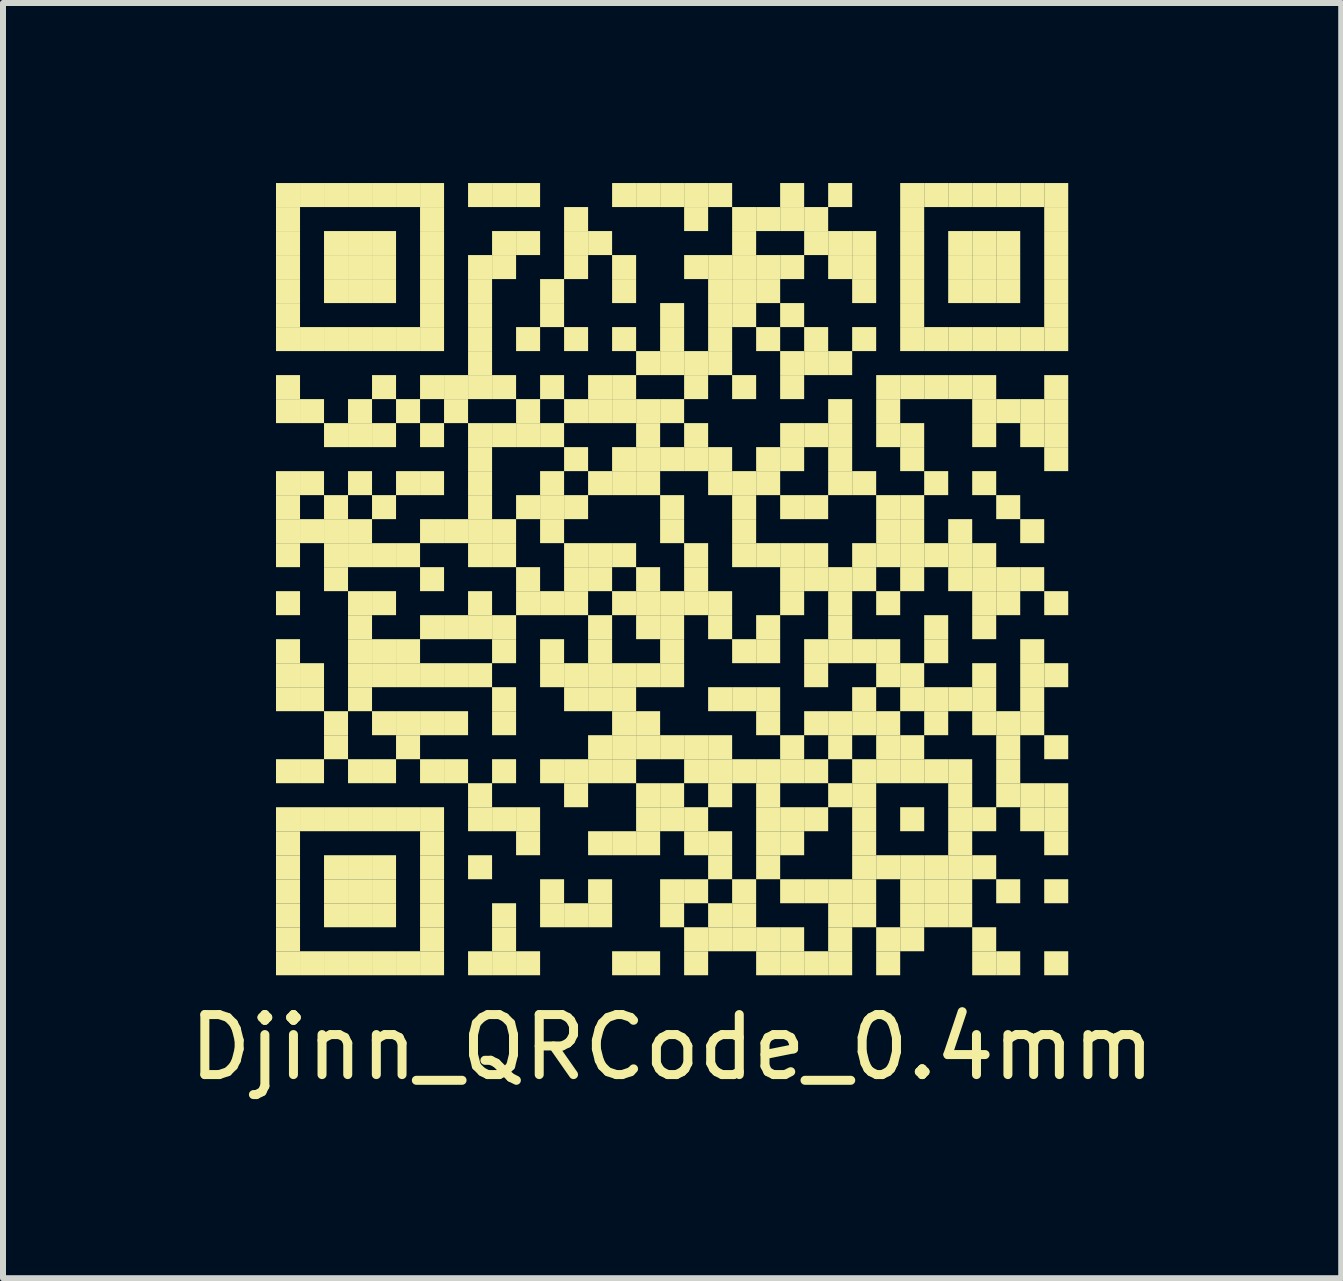
<source format=kicad_pcb>
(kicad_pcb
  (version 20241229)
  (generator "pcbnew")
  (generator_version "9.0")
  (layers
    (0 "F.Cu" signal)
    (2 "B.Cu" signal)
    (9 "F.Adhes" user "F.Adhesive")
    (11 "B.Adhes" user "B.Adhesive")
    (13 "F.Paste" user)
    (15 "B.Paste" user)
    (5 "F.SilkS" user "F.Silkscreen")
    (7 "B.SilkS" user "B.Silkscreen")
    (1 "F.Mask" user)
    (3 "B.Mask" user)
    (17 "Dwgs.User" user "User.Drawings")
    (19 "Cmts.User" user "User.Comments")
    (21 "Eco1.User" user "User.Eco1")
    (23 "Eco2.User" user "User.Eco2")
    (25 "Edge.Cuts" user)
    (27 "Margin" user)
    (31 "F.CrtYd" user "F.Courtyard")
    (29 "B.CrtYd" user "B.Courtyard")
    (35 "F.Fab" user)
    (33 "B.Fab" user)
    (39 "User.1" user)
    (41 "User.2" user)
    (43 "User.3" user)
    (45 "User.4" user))
  (footprint "Djinn_QRCode_0.4mm"
    (layer "F.Cu")
    (at 8.149 6.6)
    (property "Reference" "Djinn_QRCode_0.4mm" (at 0 7.8 0) (layer "F.SilkS") (effects (font (size 1 1) (thickness 0.15))))
    (attr exclude_from_pos_files exclude_from_bom)
    (fp_poly (pts (xy -6.2 -6.2) (xy -6.2 -6.6) (xy -6.6 -6.6) (xy -6.6 -6.2)) (stroke (width 0) (type solid)) (fill yes) (layer "F.SilkS"))
    (fp_poly (pts (xy -6.2 -5.8) (xy -6.2 -6.2) (xy -6.6 -6.2) (xy -6.6 -5.8)) (stroke (width 0) (type solid)) (fill yes) (layer "F.SilkS"))
    (fp_poly (pts (xy -6.2 -5.4) (xy -6.2 -5.8) (xy -6.6 -5.8) (xy -6.6 -5.4)) (stroke (width 0) (type solid)) (fill yes) (layer "F.SilkS"))
    (fp_poly (pts (xy -6.2 -5) (xy -6.2 -5.4) (xy -6.6 -5.4) (xy -6.6 -5)) (stroke (width 0) (type solid)) (fill yes) (layer "F.SilkS"))
    (fp_poly (pts (xy -6.2 -4.6) (xy -6.2 -5) (xy -6.6 -5) (xy -6.6 -4.6)) (stroke (width 0) (type solid)) (fill yes) (layer "F.SilkS"))
    (fp_poly (pts (xy -6.2 -4.2) (xy -6.2 -4.6) (xy -6.6 -4.6) (xy -6.6 -4.2)) (stroke (width 0) (type solid)) (fill yes) (layer "F.SilkS"))
    (fp_poly (pts (xy -6.2 -3.8) (xy -6.2 -4.2) (xy -6.6 -4.2) (xy -6.6 -3.8)) (stroke (width 0) (type solid)) (fill yes) (layer "F.SilkS"))
    (fp_poly (pts (xy -6.2 -3) (xy -6.2 -3.4) (xy -6.6 -3.4) (xy -6.6 -3)) (stroke (width 0) (type solid)) (fill yes) (layer "F.SilkS"))
    (fp_poly (pts (xy -6.2 -2.6) (xy -6.2 -3) (xy -6.6 -3) (xy -6.6 -2.6)) (stroke (width 0) (type solid)) (fill yes) (layer "F.SilkS"))
    (fp_poly (pts (xy -6.2 -1.4) (xy -6.2 -1.8) (xy -6.6 -1.8) (xy -6.6 -1.4)) (stroke (width 0) (type solid)) (fill yes) (layer "F.SilkS"))
    (fp_poly (pts (xy -6.2 -1) (xy -6.2 -1.4) (xy -6.6 -1.4) (xy -6.6 -1)) (stroke (width 0) (type solid)) (fill yes) (layer "F.SilkS"))
    (fp_poly (pts (xy -6.2 -0.6) (xy -6.2 -1) (xy -6.6 -1) (xy -6.6 -0.6)) (stroke (width 0) (type solid)) (fill yes) (layer "F.SilkS"))
    (fp_poly (pts (xy -6.2 -0.2) (xy -6.2 -0.6) (xy -6.6 -0.6) (xy -6.6 -0.2)) (stroke (width 0) (type solid)) (fill yes) (layer "F.SilkS"))
    (fp_poly (pts (xy -6.2 0.6) (xy -6.2 0.2) (xy -6.6 0.2) (xy -6.6 0.6)) (stroke (width 0) (type solid)) (fill yes) (layer "F.SilkS"))
    (fp_poly (pts (xy -6.2 1.4) (xy -6.2 1) (xy -6.6 1) (xy -6.6 1.4)) (stroke (width 0) (type solid)) (fill yes) (layer "F.SilkS"))
    (fp_poly (pts (xy -6.2 1.8) (xy -6.2 1.4) (xy -6.6 1.4) (xy -6.6 1.8)) (stroke (width 0) (type solid)) (fill yes) (layer "F.SilkS"))
    (fp_poly (pts (xy -6.2 2.2) (xy -6.2 1.8) (xy -6.6 1.8) (xy -6.6 2.2)) (stroke (width 0) (type solid)) (fill yes) (layer "F.SilkS"))
    (fp_poly (pts (xy -6.2 3.4) (xy -6.2 3) (xy -6.6 3) (xy -6.6 3.4)) (stroke (width 0) (type solid)) (fill yes) (layer "F.SilkS"))
    (fp_poly (pts (xy -6.2 4.2) (xy -6.2 3.8) (xy -6.6 3.8) (xy -6.6 4.2)) (stroke (width 0) (type solid)) (fill yes) (layer "F.SilkS"))
    (fp_poly (pts (xy -6.2 4.6) (xy -6.2 4.2) (xy -6.6 4.2) (xy -6.6 4.6)) (stroke (width 0) (type solid)) (fill yes) (layer "F.SilkS"))
    (fp_poly (pts (xy -6.2 5) (xy -6.2 4.6) (xy -6.6 4.6) (xy -6.6 5)) (stroke (width 0) (type solid)) (fill yes) (layer "F.SilkS"))
    (fp_poly (pts (xy -6.2 5.4) (xy -6.2 5) (xy -6.6 5) (xy -6.6 5.4)) (stroke (width 0) (type solid)) (fill yes) (layer "F.SilkS"))
    (fp_poly (pts (xy -6.2 5.8) (xy -6.2 5.4) (xy -6.6 5.4) (xy -6.6 5.8)) (stroke (width 0) (type solid)) (fill yes) (layer "F.SilkS"))
    (fp_poly (pts (xy -6.2 6.2) (xy -6.2 5.8) (xy -6.6 5.8) (xy -6.6 6.2)) (stroke (width 0) (type solid)) (fill yes) (layer "F.SilkS"))
    (fp_poly (pts (xy -6.2 6.6) (xy -6.2 6.2) (xy -6.6 6.2) (xy -6.6 6.6)) (stroke (width 0) (type solid)) (fill yes) (layer "F.SilkS"))
    (fp_poly (pts (xy -5.8 -6.2) (xy -5.8 -6.6) (xy -6.2 -6.6) (xy -6.2 -6.2)) (stroke (width 0) (type solid)) (fill yes) (layer "F.SilkS"))
    (fp_poly (pts (xy -5.8 -3.8) (xy -5.8 -4.2) (xy -6.2 -4.2) (xy -6.2 -3.8)) (stroke (width 0) (type solid)) (fill yes) (layer "F.SilkS"))
    (fp_poly (pts (xy -5.8 -2.6) (xy -5.8 -3) (xy -6.2 -3) (xy -6.2 -2.6)) (stroke (width 0) (type solid)) (fill yes) (layer "F.SilkS"))
    (fp_poly (pts (xy -5.8 -1.4) (xy -5.8 -1.8) (xy -6.2 -1.8) (xy -6.2 -1.4)) (stroke (width 0) (type solid)) (fill yes) (layer "F.SilkS"))
    (fp_poly (pts (xy -5.8 -0.6) (xy -5.8 -1) (xy -6.2 -1) (xy -6.2 -0.6)) (stroke (width 0) (type solid)) (fill yes) (layer "F.SilkS"))
    (fp_poly (pts (xy -5.8 1.8) (xy -5.8 1.4) (xy -6.2 1.4) (xy -6.2 1.8)) (stroke (width 0) (type solid)) (fill yes) (layer "F.SilkS"))
    (fp_poly (pts (xy -5.8 2.2) (xy -5.8 1.8) (xy -6.2 1.8) (xy -6.2 2.2)) (stroke (width 0) (type solid)) (fill yes) (layer "F.SilkS"))
    (fp_poly (pts (xy -5.8 3.4) (xy -5.8 3) (xy -6.2 3) (xy -6.2 3.4)) (stroke (width 0) (type solid)) (fill yes) (layer "F.SilkS"))
    (fp_poly (pts (xy -5.8 4.2) (xy -5.8 3.8) (xy -6.2 3.8) (xy -6.2 4.2)) (stroke (width 0) (type solid)) (fill yes) (layer "F.SilkS"))
    (fp_poly (pts (xy -5.8 6.6) (xy -5.8 6.2) (xy -6.2 6.2) (xy -6.2 6.6)) (stroke (width 0) (type solid)) (fill yes) (layer "F.SilkS"))
    (fp_poly (pts (xy -5.4 -6.2) (xy -5.4 -6.6) (xy -5.8 -6.6) (xy -5.8 -6.2)) (stroke (width 0) (type solid)) (fill yes) (layer "F.SilkS"))
    (fp_poly (pts (xy -5.4 -5.4) (xy -5.4 -5.8) (xy -5.8 -5.8) (xy -5.8 -5.4)) (stroke (width 0) (type solid)) (fill yes) (layer "F.SilkS"))
    (fp_poly (pts (xy -5.4 -5) (xy -5.4 -5.4) (xy -5.8 -5.4) (xy -5.8 -5)) (stroke (width 0) (type solid)) (fill yes) (layer "F.SilkS"))
    (fp_poly (pts (xy -5.4 -4.6) (xy -5.4 -5) (xy -5.8 -5) (xy -5.8 -4.6)) (stroke (width 0) (type solid)) (fill yes) (layer "F.SilkS"))
    (fp_poly (pts (xy -5.4 -3.8) (xy -5.4 -4.2) (xy -5.8 -4.2) (xy -5.8 -3.8)) (stroke (width 0) (type solid)) (fill yes) (layer "F.SilkS"))
    (fp_poly (pts (xy -5.4 -2.2) (xy -5.4 -2.6) (xy -5.8 -2.6) (xy -5.8 -2.2)) (stroke (width 0) (type solid)) (fill yes) (layer "F.SilkS"))
    (fp_poly (pts (xy -5.4 -1) (xy -5.4 -1.4) (xy -5.8 -1.4) (xy -5.8 -1)) (stroke (width 0) (type solid)) (fill yes) (layer "F.SilkS"))
    (fp_poly (pts (xy -5.4 -0.6) (xy -5.4 -1) (xy -5.8 -1) (xy -5.8 -0.6)) (stroke (width 0) (type solid)) (fill yes) (layer "F.SilkS"))
    (fp_poly (pts (xy -5.4 -0.2) (xy -5.4 -0.6) (xy -5.8 -0.6) (xy -5.8 -0.2)) (stroke (width 0) (type solid)) (fill yes) (layer "F.SilkS"))
    (fp_poly (pts (xy -5.4 0.2) (xy -5.4 -0.2) (xy -5.8 -0.2) (xy -5.8 0.2)) (stroke (width 0) (type solid)) (fill yes) (layer "F.SilkS"))
    (fp_poly (pts (xy -5.4 2.6) (xy -5.4 2.2) (xy -5.8 2.2) (xy -5.8 2.6)) (stroke (width 0) (type solid)) (fill yes) (layer "F.SilkS"))
    (fp_poly (pts (xy -5.4 3) (xy -5.4 2.6) (xy -5.8 2.6) (xy -5.8 3)) (stroke (width 0) (type solid)) (fill yes) (layer "F.SilkS"))
    (fp_poly (pts (xy -5.4 4.2) (xy -5.4 3.8) (xy -5.8 3.8) (xy -5.8 4.2)) (stroke (width 0) (type solid)) (fill yes) (layer "F.SilkS"))
    (fp_poly (pts (xy -5.4 5) (xy -5.4 4.6) (xy -5.8 4.6) (xy -5.8 5)) (stroke (width 0) (type solid)) (fill yes) (layer "F.SilkS"))
    (fp_poly (pts (xy -5.4 5.4) (xy -5.4 5) (xy -5.8 5) (xy -5.8 5.4)) (stroke (width 0) (type solid)) (fill yes) (layer "F.SilkS"))
    (fp_poly (pts (xy -5.4 5.8) (xy -5.4 5.4) (xy -5.8 5.4) (xy -5.8 5.8)) (stroke (width 0) (type solid)) (fill yes) (layer "F.SilkS"))
    (fp_poly (pts (xy -5.4 6.6) (xy -5.4 6.2) (xy -5.8 6.2) (xy -5.8 6.6)) (stroke (width 0) (type solid)) (fill yes) (layer "F.SilkS"))
    (fp_poly (pts (xy -5 -6.2) (xy -5 -6.6) (xy -5.4 -6.6) (xy -5.4 -6.2)) (stroke (width 0) (type solid)) (fill yes) (layer "F.SilkS"))
    (fp_poly (pts (xy -5 -5.4) (xy -5 -5.8) (xy -5.4 -5.8) (xy -5.4 -5.4)) (stroke (width 0) (type solid)) (fill yes) (layer "F.SilkS"))
    (fp_poly (pts (xy -5 -5) (xy -5 -5.4) (xy -5.4 -5.4) (xy -5.4 -5)) (stroke (width 0) (type solid)) (fill yes) (layer "F.SilkS"))
    (fp_poly (pts (xy -5 -4.6) (xy -5 -5) (xy -5.4 -5) (xy -5.4 -4.6)) (stroke (width 0) (type solid)) (fill yes) (layer "F.SilkS"))
    (fp_poly (pts (xy -5 -3.8) (xy -5 -4.2) (xy -5.4 -4.2) (xy -5.4 -3.8)) (stroke (width 0) (type solid)) (fill yes) (layer "F.SilkS"))
    (fp_poly (pts (xy -5 -2.6) (xy -5 -3) (xy -5.4 -3) (xy -5.4 -2.6)) (stroke (width 0) (type solid)) (fill yes) (layer "F.SilkS"))
    (fp_poly (pts (xy -5 -2.2) (xy -5 -2.6) (xy -5.4 -2.6) (xy -5.4 -2.2)) (stroke (width 0) (type solid)) (fill yes) (layer "F.SilkS"))
    (fp_poly (pts (xy -5 -1.4) (xy -5 -1.8) (xy -5.4 -1.8) (xy -5.4 -1.4)) (stroke (width 0) (type solid)) (fill yes) (layer "F.SilkS"))
    (fp_poly (pts (xy -5 -0.6) (xy -5 -1) (xy -5.4 -1) (xy -5.4 -0.6)) (stroke (width 0) (type solid)) (fill yes) (layer "F.SilkS"))
    (fp_poly (pts (xy -5 -0.2) (xy -5 -0.6) (xy -5.4 -0.6) (xy -5.4 -0.2)) (stroke (width 0) (type solid)) (fill yes) (layer "F.SilkS"))
    (fp_poly (pts (xy -5 0.6) (xy -5 0.2) (xy -5.4 0.2) (xy -5.4 0.6)) (stroke (width 0) (type solid)) (fill yes) (layer "F.SilkS"))
    (fp_poly (pts (xy -5 1) (xy -5 0.6) (xy -5.4 0.6) (xy -5.4 1)) (stroke (width 0) (type solid)) (fill yes) (layer "F.SilkS"))
    (fp_poly (pts (xy -5 1.4) (xy -5 1) (xy -5.4 1) (xy -5.4 1.4)) (stroke (width 0) (type solid)) (fill yes) (layer "F.SilkS"))
    (fp_poly (pts (xy -5 1.8) (xy -5 1.4) (xy -5.4 1.4) (xy -5.4 1.8)) (stroke (width 0) (type solid)) (fill yes) (layer "F.SilkS"))
    (fp_poly (pts (xy -5 2.2) (xy -5 1.8) (xy -5.4 1.8) (xy -5.4 2.2)) (stroke (width 0) (type solid)) (fill yes) (layer "F.SilkS"))
    (fp_poly (pts (xy -5 3.4) (xy -5 3) (xy -5.4 3) (xy -5.4 3.4)) (stroke (width 0) (type solid)) (fill yes) (layer "F.SilkS"))
    (fp_poly (pts (xy -5 4.2) (xy -5 3.8) (xy -5.4 3.8) (xy -5.4 4.2)) (stroke (width 0) (type solid)) (fill yes) (layer "F.SilkS"))
    (fp_poly (pts (xy -5 5) (xy -5 4.6) (xy -5.4 4.6) (xy -5.4 5)) (stroke (width 0) (type solid)) (fill yes) (layer "F.SilkS"))
    (fp_poly (pts (xy -5 5.4) (xy -5 5) (xy -5.4 5) (xy -5.4 5.4)) (stroke (width 0) (type solid)) (fill yes) (layer "F.SilkS"))
    (fp_poly (pts (xy -5 5.8) (xy -5 5.4) (xy -5.4 5.4) (xy -5.4 5.8)) (stroke (width 0) (type solid)) (fill yes) (layer "F.SilkS"))
    (fp_poly (pts (xy -5 6.6) (xy -5 6.2) (xy -5.4 6.2) (xy -5.4 6.6)) (stroke (width 0) (type solid)) (fill yes) (layer "F.SilkS"))
    (fp_poly (pts (xy -4.6 -6.2) (xy -4.6 -6.6) (xy -5 -6.6) (xy -5 -6.2)) (stroke (width 0) (type solid)) (fill yes) (layer "F.SilkS"))
    (fp_poly (pts (xy -4.6 -5.4) (xy -4.6 -5.8) (xy -5 -5.8) (xy -5 -5.4)) (stroke (width 0) (type solid)) (fill yes) (layer "F.SilkS"))
    (fp_poly (pts (xy -4.6 -5) (xy -4.6 -5.4) (xy -5 -5.4) (xy -5 -5)) (stroke (width 0) (type solid)) (fill yes) (layer "F.SilkS"))
    (fp_poly (pts (xy -4.6 -4.6) (xy -4.6 -5) (xy -5 -5) (xy -5 -4.6)) (stroke (width 0) (type solid)) (fill yes) (layer "F.SilkS"))
    (fp_poly (pts (xy -4.6 -3.8) (xy -4.6 -4.2) (xy -5 -4.2) (xy -5 -3.8)) (stroke (width 0) (type solid)) (fill yes) (layer "F.SilkS"))
    (fp_poly (pts (xy -4.6 -3) (xy -4.6 -3.4) (xy -5 -3.4) (xy -5 -3)) (stroke (width 0) (type solid)) (fill yes) (layer "F.SilkS"))
    (fp_poly (pts (xy -4.6 -2.2) (xy -4.6 -2.6) (xy -5 -2.6) (xy -5 -2.2)) (stroke (width 0) (type solid)) (fill yes) (layer "F.SilkS"))
    (fp_poly (pts (xy -4.6 -1) (xy -4.6 -1.4) (xy -5 -1.4) (xy -5 -1)) (stroke (width 0) (type solid)) (fill yes) (layer "F.SilkS"))
    (fp_poly (pts (xy -4.6 -0.2) (xy -4.6 -0.6) (xy -5 -0.6) (xy -5 -0.2)) (stroke (width 0) (type solid)) (fill yes) (layer "F.SilkS"))
    (fp_poly (pts (xy -4.6 0.6) (xy -4.6 0.2) (xy -5 0.2) (xy -5 0.6)) (stroke (width 0) (type solid)) (fill yes) (layer "F.SilkS"))
    (fp_poly (pts (xy -4.6 1.4) (xy -4.6 1) (xy -5 1) (xy -5 1.4)) (stroke (width 0) (type solid)) (fill yes) (layer "F.SilkS"))
    (fp_poly (pts (xy -4.6 1.8) (xy -4.6 1.4) (xy -5 1.4) (xy -5 1.8)) (stroke (width 0) (type solid)) (fill yes) (layer "F.SilkS"))
    (fp_poly (pts (xy -4.6 2.6) (xy -4.6 2.2) (xy -5 2.2) (xy -5 2.6)) (stroke (width 0) (type solid)) (fill yes) (layer "F.SilkS"))
    (fp_poly (pts (xy -4.6 3.4) (xy -4.6 3) (xy -5 3) (xy -5 3.4)) (stroke (width 0) (type solid)) (fill yes) (layer "F.SilkS"))
    (fp_poly (pts (xy -4.6 4.2) (xy -4.6 3.8) (xy -5 3.8) (xy -5 4.2)) (stroke (width 0) (type solid)) (fill yes) (layer "F.SilkS"))
    (fp_poly (pts (xy -4.6 5) (xy -4.6 4.6) (xy -5 4.6) (xy -5 5)) (stroke (width 0) (type solid)) (fill yes) (layer "F.SilkS"))
    (fp_poly (pts (xy -4.6 5.4) (xy -4.6 5) (xy -5 5) (xy -5 5.4)) (stroke (width 0) (type solid)) (fill yes) (layer "F.SilkS"))
    (fp_poly (pts (xy -4.6 5.8) (xy -4.6 5.4) (xy -5 5.4) (xy -5 5.8)) (stroke (width 0) (type solid)) (fill yes) (layer "F.SilkS"))
    (fp_poly (pts (xy -4.6 6.6) (xy -4.6 6.2) (xy -5 6.2) (xy -5 6.6)) (stroke (width 0) (type solid)) (fill yes) (layer "F.SilkS"))
    (fp_poly (pts (xy -4.2 -6.2) (xy -4.2 -6.6) (xy -4.6 -6.6) (xy -4.6 -6.2)) (stroke (width 0) (type solid)) (fill yes) (layer "F.SilkS"))
    (fp_poly (pts (xy -4.2 -3.8) (xy -4.2 -4.2) (xy -4.6 -4.2) (xy -4.6 -3.8)) (stroke (width 0) (type solid)) (fill yes) (layer "F.SilkS"))
    (fp_poly (pts (xy -4.2 -2.6) (xy -4.2 -3) (xy -4.6 -3) (xy -4.6 -2.6)) (stroke (width 0) (type solid)) (fill yes) (layer "F.SilkS"))
    (fp_poly (pts (xy -4.2 -1.4) (xy -4.2 -1.8) (xy -4.6 -1.8) (xy -4.6 -1.4)) (stroke (width 0) (type solid)) (fill yes) (layer "F.SilkS"))
    (fp_poly (pts (xy -4.2 -0.2) (xy -4.2 -0.6) (xy -4.6 -0.6) (xy -4.6 -0.2)) (stroke (width 0) (type solid)) (fill yes) (layer "F.SilkS"))
    (fp_poly (pts (xy -4.2 1.4) (xy -4.2 1) (xy -4.6 1) (xy -4.6 1.4)) (stroke (width 0) (type solid)) (fill yes) (layer "F.SilkS"))
    (fp_poly (pts (xy -4.2 1.8) (xy -4.2 1.4) (xy -4.6 1.4) (xy -4.6 1.8)) (stroke (width 0) (type solid)) (fill yes) (layer "F.SilkS"))
    (fp_poly (pts (xy -4.2 2.6) (xy -4.2 2.2) (xy -4.6 2.2) (xy -4.6 2.6)) (stroke (width 0) (type solid)) (fill yes) (layer "F.SilkS"))
    (fp_poly (pts (xy -4.2 3) (xy -4.2 2.6) (xy -4.6 2.6) (xy -4.6 3)) (stroke (width 0) (type solid)) (fill yes) (layer "F.SilkS"))
    (fp_poly (pts (xy -4.2 4.2) (xy -4.2 3.8) (xy -4.6 3.8) (xy -4.6 4.2)) (stroke (width 0) (type solid)) (fill yes) (layer "F.SilkS"))
    (fp_poly (pts (xy -4.2 6.6) (xy -4.2 6.2) (xy -4.6 6.2) (xy -4.6 6.6)) (stroke (width 0) (type solid)) (fill yes) (layer "F.SilkS"))
    (fp_poly (pts (xy -3.8 -6.2) (xy -3.8 -6.6) (xy -4.2 -6.6) (xy -4.2 -6.2)) (stroke (width 0) (type solid)) (fill yes) (layer "F.SilkS"))
    (fp_poly (pts (xy -3.8 -5.8) (xy -3.8 -6.2) (xy -4.2 -6.2) (xy -4.2 -5.8)) (stroke (width 0) (type solid)) (fill yes) (layer "F.SilkS"))
    (fp_poly (pts (xy -3.8 -5.4) (xy -3.8 -5.8) (xy -4.2 -5.8) (xy -4.2 -5.4)) (stroke (width 0) (type solid)) (fill yes) (layer "F.SilkS"))
    (fp_poly (pts (xy -3.8 -5) (xy -3.8 -5.4) (xy -4.2 -5.4) (xy -4.2 -5)) (stroke (width 0) (type solid)) (fill yes) (layer "F.SilkS"))
    (fp_poly (pts (xy -3.8 -4.6) (xy -3.8 -5) (xy -4.2 -5) (xy -4.2 -4.6)) (stroke (width 0) (type solid)) (fill yes) (layer "F.SilkS"))
    (fp_poly (pts (xy -3.8 -4.2) (xy -3.8 -4.6) (xy -4.2 -4.6) (xy -4.2 -4.2)) (stroke (width 0) (type solid)) (fill yes) (layer "F.SilkS"))
    (fp_poly (pts (xy -3.8 -3.8) (xy -3.8 -4.2) (xy -4.2 -4.2) (xy -4.2 -3.8)) (stroke (width 0) (type solid)) (fill yes) (layer "F.SilkS"))
    (fp_poly (pts (xy -3.8 -3) (xy -3.8 -3.4) (xy -4.2 -3.4) (xy -4.2 -3)) (stroke (width 0) (type solid)) (fill yes) (layer "F.SilkS"))
    (fp_poly (pts (xy -3.8 -2.2) (xy -3.8 -2.6) (xy -4.2 -2.6) (xy -4.2 -2.2)) (stroke (width 0) (type solid)) (fill yes) (layer "F.SilkS"))
    (fp_poly (pts (xy -3.8 -1.4) (xy -3.8 -1.8) (xy -4.2 -1.8) (xy -4.2 -1.4)) (stroke (width 0) (type solid)) (fill yes) (layer "F.SilkS"))
    (fp_poly (pts (xy -3.8 -0.6) (xy -3.8 -1) (xy -4.2 -1) (xy -4.2 -0.6)) (stroke (width 0) (type solid)) (fill yes) (layer "F.SilkS"))
    (fp_poly (pts (xy -3.8 0.2) (xy -3.8 -0.2) (xy -4.2 -0.2) (xy -4.2 0.2)) (stroke (width 0) (type solid)) (fill yes) (layer "F.SilkS"))
    (fp_poly (pts (xy -3.8 1) (xy -3.8 0.6) (xy -4.2 0.6) (xy -4.2 1)) (stroke (width 0) (type solid)) (fill yes) (layer "F.SilkS"))
    (fp_poly (pts (xy -3.8 1.8) (xy -3.8 1.4) (xy -4.2 1.4) (xy -4.2 1.8)) (stroke (width 0) (type solid)) (fill yes) (layer "F.SilkS"))
    (fp_poly (pts (xy -3.8 2.6) (xy -3.8 2.2) (xy -4.2 2.2) (xy -4.2 2.6)) (stroke (width 0) (type solid)) (fill yes) (layer "F.SilkS"))
    (fp_poly (pts (xy -3.8 3.4) (xy -3.8 3) (xy -4.2 3) (xy -4.2 3.4)) (stroke (width 0) (type solid)) (fill yes) (layer "F.SilkS"))
    (fp_poly (pts (xy -3.8 4.2) (xy -3.8 3.8) (xy -4.2 3.8) (xy -4.2 4.2)) (stroke (width 0) (type solid)) (fill yes) (layer "F.SilkS"))
    (fp_poly (pts (xy -3.8 4.6) (xy -3.8 4.2) (xy -4.2 4.2) (xy -4.2 4.6)) (stroke (width 0) (type solid)) (fill yes) (layer "F.SilkS"))
    (fp_poly (pts (xy -3.8 5) (xy -3.8 4.6) (xy -4.2 4.6) (xy -4.2 5)) (stroke (width 0) (type solid)) (fill yes) (layer "F.SilkS"))
    (fp_poly (pts (xy -3.8 5.4) (xy -3.8 5) (xy -4.2 5) (xy -4.2 5.4)) (stroke (width 0) (type solid)) (fill yes) (layer "F.SilkS"))
    (fp_poly (pts (xy -3.8 5.8) (xy -3.8 5.4) (xy -4.2 5.4) (xy -4.2 5.8)) (stroke (width 0) (type solid)) (fill yes) (layer "F.SilkS"))
    (fp_poly (pts (xy -3.8 6.2) (xy -3.8 5.8) (xy -4.2 5.8) (xy -4.2 6.2)) (stroke (width 0) (type solid)) (fill yes) (layer "F.SilkS"))
    (fp_poly (pts (xy -3.8 6.6) (xy -3.8 6.2) (xy -4.2 6.2) (xy -4.2 6.6)) (stroke (width 0) (type solid)) (fill yes) (layer "F.SilkS"))
    (fp_poly (pts (xy -3.4 -3) (xy -3.4 -3.4) (xy -3.8 -3.4) (xy -3.8 -3)) (stroke (width 0) (type solid)) (fill yes) (layer "F.SilkS"))
    (fp_poly (pts (xy -3.4 -2.6) (xy -3.4 -3) (xy -3.8 -3) (xy -3.8 -2.6)) (stroke (width 0) (type solid)) (fill yes) (layer "F.SilkS"))
    (fp_poly (pts (xy -3.4 -0.6) (xy -3.4 -1) (xy -3.8 -1) (xy -3.8 -0.6)) (stroke (width 0) (type solid)) (fill yes) (layer "F.SilkS"))
    (fp_poly (pts (xy -3.4 1) (xy -3.4 0.6) (xy -3.8 0.6) (xy -3.8 1)) (stroke (width 0) (type solid)) (fill yes) (layer "F.SilkS"))
    (fp_poly (pts (xy -3.4 1.8) (xy -3.4 1.4) (xy -3.8 1.4) (xy -3.8 1.8)) (stroke (width 0) (type solid)) (fill yes) (layer "F.SilkS"))
    (fp_poly (pts (xy -3.4 2.6) (xy -3.4 2.2) (xy -3.8 2.2) (xy -3.8 2.6)) (stroke (width 0) (type solid)) (fill yes) (layer "F.SilkS"))
    (fp_poly (pts (xy -3.4 3.4) (xy -3.4 3) (xy -3.8 3) (xy -3.8 3.4)) (stroke (width 0) (type solid)) (fill yes) (layer "F.SilkS"))
    (fp_poly (pts (xy -3 -6.2) (xy -3 -6.6) (xy -3.4 -6.6) (xy -3.4 -6.2)) (stroke (width 0) (type solid)) (fill yes) (layer "F.SilkS"))
    (fp_poly (pts (xy -3 -5) (xy -3 -5.4) (xy -3.4 -5.4) (xy -3.4 -5)) (stroke (width 0) (type solid)) (fill yes) (layer "F.SilkS"))
    (fp_poly (pts (xy -3 -4.6) (xy -3 -5) (xy -3.4 -5) (xy -3.4 -4.6)) (stroke (width 0) (type solid)) (fill yes) (layer "F.SilkS"))
    (fp_poly (pts (xy -3 -4.2) (xy -3 -4.6) (xy -3.4 -4.6) (xy -3.4 -4.2)) (stroke (width 0) (type solid)) (fill yes) (layer "F.SilkS"))
    (fp_poly (pts (xy -3 -3.8) (xy -3 -4.2) (xy -3.4 -4.2) (xy -3.4 -3.8)) (stroke (width 0) (type solid)) (fill yes) (layer "F.SilkS"))
    (fp_poly (pts (xy -3 -3.4) (xy -3 -3.8) (xy -3.4 -3.8) (xy -3.4 -3.4)) (stroke (width 0) (type solid)) (fill yes) (layer "F.SilkS"))
    (fp_poly (pts (xy -3 -3) (xy -3 -3.4) (xy -3.4 -3.4) (xy -3.4 -3)) (stroke (width 0) (type solid)) (fill yes) (layer "F.SilkS"))
    (fp_poly (pts (xy -3 -2.2) (xy -3 -2.6) (xy -3.4 -2.6) (xy -3.4 -2.2)) (stroke (width 0) (type solid)) (fill yes) (layer "F.SilkS"))
    (fp_poly (pts (xy -3 -1.8) (xy -3 -2.2) (xy -3.4 -2.2) (xy -3.4 -1.8)) (stroke (width 0) (type solid)) (fill yes) (layer "F.SilkS"))
    (fp_poly (pts (xy -3 -1.4) (xy -3 -1.8) (xy -3.4 -1.8) (xy -3.4 -1.4)) (stroke (width 0) (type solid)) (fill yes) (layer "F.SilkS"))
    (fp_poly (pts (xy -3 -1) (xy -3 -1.4) (xy -3.4 -1.4) (xy -3.4 -1)) (stroke (width 0) (type solid)) (fill yes) (layer "F.SilkS"))
    (fp_poly (pts (xy -3 -0.6) (xy -3 -1) (xy -3.4 -1) (xy -3.4 -0.6)) (stroke (width 0) (type solid)) (fill yes) (layer "F.SilkS"))
    (fp_poly (pts (xy -3 -0.2) (xy -3 -0.6) (xy -3.4 -0.6) (xy -3.4 -0.2)) (stroke (width 0) (type solid)) (fill yes) (layer "F.SilkS"))
    (fp_poly (pts (xy -3 0.6) (xy -3 0.2) (xy -3.4 0.2) (xy -3.4 0.6)) (stroke (width 0) (type solid)) (fill yes) (layer "F.SilkS"))
    (fp_poly (pts (xy -3 1) (xy -3 0.6) (xy -3.4 0.6) (xy -3.4 1)) (stroke (width 0) (type solid)) (fill yes) (layer "F.SilkS"))
    (fp_poly (pts (xy -3 1.8) (xy -3 1.4) (xy -3.4 1.4) (xy -3.4 1.8)) (stroke (width 0) (type solid)) (fill yes) (layer "F.SilkS"))
    (fp_poly (pts (xy -3 3.8) (xy -3 3.4) (xy -3.4 3.4) (xy -3.4 3.8)) (stroke (width 0) (type solid)) (fill yes) (layer "F.SilkS"))
    (fp_poly (pts (xy -3 4.2) (xy -3 3.8) (xy -3.4 3.8) (xy -3.4 4.2)) (stroke (width 0) (type solid)) (fill yes) (layer "F.SilkS"))
    (fp_poly (pts (xy -3 5) (xy -3 4.6) (xy -3.4 4.6) (xy -3.4 5)) (stroke (width 0) (type solid)) (fill yes) (layer "F.SilkS"))
    (fp_poly (pts (xy -3 6.6) (xy -3 6.2) (xy -3.4 6.2) (xy -3.4 6.6)) (stroke (width 0) (type solid)) (fill yes) (layer "F.SilkS"))
    (fp_poly (pts (xy -2.6 -6.2) (xy -2.6 -6.6) (xy -3 -6.6) (xy -3 -6.2)) (stroke (width 0) (type solid)) (fill yes) (layer "F.SilkS"))
    (fp_poly (pts (xy -2.6 -5.4) (xy -2.6 -5.8) (xy -3 -5.8) (xy -3 -5.4)) (stroke (width 0) (type solid)) (fill yes) (layer "F.SilkS"))
    (fp_poly (pts (xy -2.6 -5) (xy -2.6 -5.4) (xy -3 -5.4) (xy -3 -5)) (stroke (width 0) (type solid)) (fill yes) (layer "F.SilkS"))
    (fp_poly (pts (xy -2.6 -3) (xy -2.6 -3.4) (xy -3 -3.4) (xy -3 -3)) (stroke (width 0) (type solid)) (fill yes) (layer "F.SilkS"))
    (fp_poly (pts (xy -2.6 -2.2) (xy -2.6 -2.6) (xy -3 -2.6) (xy -3 -2.2)) (stroke (width 0) (type solid)) (fill yes) (layer "F.SilkS"))
    (fp_poly (pts (xy -2.6 -0.6) (xy -2.6 -1) (xy -3 -1) (xy -3 -0.6)) (stroke (width 0) (type solid)) (fill yes) (layer "F.SilkS"))
    (fp_poly (pts (xy -2.6 -0.2) (xy -2.6 -0.6) (xy -3 -0.6) (xy -3 -0.2)) (stroke (width 0) (type solid)) (fill yes) (layer "F.SilkS"))
    (fp_poly (pts (xy -2.6 1) (xy -2.6 0.6) (xy -3 0.6) (xy -3 1)) (stroke (width 0) (type solid)) (fill yes) (layer "F.SilkS"))
    (fp_poly (pts (xy -2.6 1.4) (xy -2.6 1) (xy -3 1) (xy -3 1.4)) (stroke (width 0) (type solid)) (fill yes) (layer "F.SilkS"))
    (fp_poly (pts (xy -2.6 2.2) (xy -2.6 1.8) (xy -3 1.8) (xy -3 2.2)) (stroke (width 0) (type solid)) (fill yes) (layer "F.SilkS"))
    (fp_poly (pts (xy -2.6 2.6) (xy -2.6 2.2) (xy -3 2.2) (xy -3 2.6)) (stroke (width 0) (type solid)) (fill yes) (layer "F.SilkS"))
    (fp_poly (pts (xy -2.6 3.4) (xy -2.6 3) (xy -3 3) (xy -3 3.4)) (stroke (width 0) (type solid)) (fill yes) (layer "F.SilkS"))
    (fp_poly (pts (xy -2.6 4.2) (xy -2.6 3.8) (xy -3 3.8) (xy -3 4.2)) (stroke (width 0) (type solid)) (fill yes) (layer "F.SilkS"))
    (fp_poly (pts (xy -2.6 5.8) (xy -2.6 5.4) (xy -3 5.4) (xy -3 5.8)) (stroke (width 0) (type solid)) (fill yes) (layer "F.SilkS"))
    (fp_poly (pts (xy -2.6 6.2) (xy -2.6 5.8) (xy -3 5.8) (xy -3 6.2)) (stroke (width 0) (type solid)) (fill yes) (layer "F.SilkS"))
    (fp_poly (pts (xy -2.6 6.6) (xy -2.6 6.2) (xy -3 6.2) (xy -3 6.6)) (stroke (width 0) (type solid)) (fill yes) (layer "F.SilkS"))
    (fp_poly (pts (xy -2.2 -6.2) (xy -2.2 -6.6) (xy -2.6 -6.6) (xy -2.6 -6.2)) (stroke (width 0) (type solid)) (fill yes) (layer "F.SilkS"))
    (fp_poly (pts (xy -2.2 -5.4) (xy -2.2 -5.8) (xy -2.6 -5.8) (xy -2.6 -5.4)) (stroke (width 0) (type solid)) (fill yes) (layer "F.SilkS"))
    (fp_poly (pts (xy -2.2 -3.8) (xy -2.2 -4.2) (xy -2.6 -4.2) (xy -2.6 -3.8)) (stroke (width 0) (type solid)) (fill yes) (layer "F.SilkS"))
    (fp_poly (pts (xy -2.2 -2.6) (xy -2.2 -3) (xy -2.6 -3) (xy -2.6 -2.6)) (stroke (width 0) (type solid)) (fill yes) (layer "F.SilkS"))
    (fp_poly (pts (xy -2.2 -2.2) (xy -2.2 -2.6) (xy -2.6 -2.6) (xy -2.6 -2.2)) (stroke (width 0) (type solid)) (fill yes) (layer "F.SilkS"))
    (fp_poly (pts (xy -2.2 -1) (xy -2.2 -1.4) (xy -2.6 -1.4) (xy -2.6 -1)) (stroke (width 0) (type solid)) (fill yes) (layer "F.SilkS"))
    (fp_poly (pts (xy -2.2 0.2) (xy -2.2 -0.2) (xy -2.6 -0.2) (xy -2.6 0.2)) (stroke (width 0) (type solid)) (fill yes) (layer "F.SilkS"))
    (fp_poly (pts (xy -2.2 0.6) (xy -2.2 0.2) (xy -2.6 0.2) (xy -2.6 0.6)) (stroke (width 0) (type solid)) (fill yes) (layer "F.SilkS"))
    (fp_poly (pts (xy -2.2 4.2) (xy -2.2 3.8) (xy -2.6 3.8) (xy -2.6 4.2)) (stroke (width 0) (type solid)) (fill yes) (layer "F.SilkS"))
    (fp_poly (pts (xy -2.2 4.6) (xy -2.2 4.2) (xy -2.6 4.2) (xy -2.6 4.6)) (stroke (width 0) (type solid)) (fill yes) (layer "F.SilkS"))
    (fp_poly (pts (xy -2.2 6.6) (xy -2.2 6.2) (xy -2.6 6.2) (xy -2.6 6.6)) (stroke (width 0) (type solid)) (fill yes) (layer "F.SilkS"))
    (fp_poly (pts (xy -1.8 -4.6) (xy -1.8 -5) (xy -2.2 -5) (xy -2.2 -4.6)) (stroke (width 0) (type solid)) (fill yes) (layer "F.SilkS"))
    (fp_poly (pts (xy -1.8 -4.2) (xy -1.8 -4.6) (xy -2.2 -4.6) (xy -2.2 -4.2)) (stroke (width 0) (type solid)) (fill yes) (layer "F.SilkS"))
    (fp_poly (pts (xy -1.8 -3) (xy -1.8 -3.4) (xy -2.2 -3.4) (xy -2.2 -3)) (stroke (width 0) (type solid)) (fill yes) (layer "F.SilkS"))
    (fp_poly (pts (xy -1.8 -2.2) (xy -1.8 -2.6) (xy -2.2 -2.6) (xy -2.2 -2.2)) (stroke (width 0) (type solid)) (fill yes) (layer "F.SilkS"))
    (fp_poly (pts (xy -1.8 -1.4) (xy -1.8 -1.8) (xy -2.2 -1.8) (xy -2.2 -1.4)) (stroke (width 0) (type solid)) (fill yes) (layer "F.SilkS"))
    (fp_poly (pts (xy -1.8 -1) (xy -1.8 -1.4) (xy -2.2 -1.4) (xy -2.2 -1)) (stroke (width 0) (type solid)) (fill yes) (layer "F.SilkS"))
    (fp_poly (pts (xy -1.8 -0.6) (xy -1.8 -1) (xy -2.2 -1) (xy -2.2 -0.6)) (stroke (width 0) (type solid)) (fill yes) (layer "F.SilkS"))
    (fp_poly (pts (xy -1.8 0.6) (xy -1.8 0.2) (xy -2.2 0.2) (xy -2.2 0.6)) (stroke (width 0) (type solid)) (fill yes) (layer "F.SilkS"))
    (fp_poly (pts (xy -1.8 1.4) (xy -1.8 1) (xy -2.2 1) (xy -2.2 1.4)) (stroke (width 0) (type solid)) (fill yes) (layer "F.SilkS"))
    (fp_poly (pts (xy -1.8 1.8) (xy -1.8 1.4) (xy -2.2 1.4) (xy -2.2 1.8)) (stroke (width 0) (type solid)) (fill yes) (layer "F.SilkS"))
    (fp_poly (pts (xy -1.8 3.4) (xy -1.8 3) (xy -2.2 3) (xy -2.2 3.4)) (stroke (width 0) (type solid)) (fill yes) (layer "F.SilkS"))
    (fp_poly (pts (xy -1.8 5.4) (xy -1.8 5) (xy -2.2 5) (xy -2.2 5.4)) (stroke (width 0) (type solid)) (fill yes) (layer "F.SilkS"))
    (fp_poly (pts (xy -1.8 5.8) (xy -1.8 5.4) (xy -2.2 5.4) (xy -2.2 5.8)) (stroke (width 0) (type solid)) (fill yes) (layer "F.SilkS"))
    (fp_poly (pts (xy -1.4 -5.8) (xy -1.4 -6.2) (xy -1.8 -6.2) (xy -1.8 -5.8)) (stroke (width 0) (type solid)) (fill yes) (layer "F.SilkS"))
    (fp_poly (pts (xy -1.4 -5.4) (xy -1.4 -5.8) (xy -1.8 -5.8) (xy -1.8 -5.4)) (stroke (width 0) (type solid)) (fill yes) (layer "F.SilkS"))
    (fp_poly (pts (xy -1.4 -5) (xy -1.4 -5.4) (xy -1.8 -5.4) (xy -1.8 -5)) (stroke (width 0) (type solid)) (fill yes) (layer "F.SilkS"))
    (fp_poly (pts (xy -1.4 -3.8) (xy -1.4 -4.2) (xy -1.8 -4.2) (xy -1.8 -3.8)) (stroke (width 0) (type solid)) (fill yes) (layer "F.SilkS"))
    (fp_poly (pts (xy -1.4 -2.6) (xy -1.4 -3) (xy -1.8 -3) (xy -1.8 -2.6)) (stroke (width 0) (type solid)) (fill yes) (layer "F.SilkS"))
    (fp_poly (pts (xy -1.4 -1.8) (xy -1.4 -2.2) (xy -1.8 -2.2) (xy -1.8 -1.8)) (stroke (width 0) (type solid)) (fill yes) (layer "F.SilkS"))
    (fp_poly (pts (xy -1.4 -1) (xy -1.4 -1.4) (xy -1.8 -1.4) (xy -1.8 -1)) (stroke (width 0) (type solid)) (fill yes) (layer "F.SilkS"))
    (fp_poly (pts (xy -1.4 -0.2) (xy -1.4 -0.6) (xy -1.8 -0.6) (xy -1.8 -0.2)) (stroke (width 0) (type solid)) (fill yes) (layer "F.SilkS"))
    (fp_poly (pts (xy -1.4 0.2) (xy -1.4 -0.2) (xy -1.8 -0.2) (xy -1.8 0.2)) (stroke (width 0) (type solid)) (fill yes) (layer "F.SilkS"))
    (fp_poly (pts (xy -1.4 0.6) (xy -1.4 0.2) (xy -1.8 0.2) (xy -1.8 0.6)) (stroke (width 0) (type solid)) (fill yes) (layer "F.SilkS"))
    (fp_poly (pts (xy -1.4 1.8) (xy -1.4 1.4) (xy -1.8 1.4) (xy -1.8 1.8)) (stroke (width 0) (type solid)) (fill yes) (layer "F.SilkS"))
    (fp_poly (pts (xy -1.4 2.2) (xy -1.4 1.8) (xy -1.8 1.8) (xy -1.8 2.2)) (stroke (width 0) (type solid)) (fill yes) (layer "F.SilkS"))
    (fp_poly (pts (xy -1.4 3.4) (xy -1.4 3) (xy -1.8 3) (xy -1.8 3.4)) (stroke (width 0) (type solid)) (fill yes) (layer "F.SilkS"))
    (fp_poly (pts (xy -1.4 3.8) (xy -1.4 3.4) (xy -1.8 3.4) (xy -1.8 3.8)) (stroke (width 0) (type solid)) (fill yes) (layer "F.SilkS"))
    (fp_poly (pts (xy -1.4 5.8) (xy -1.4 5.4) (xy -1.8 5.4) (xy -1.8 5.8)) (stroke (width 0) (type solid)) (fill yes) (layer "F.SilkS"))
    (fp_poly (pts (xy -1 -5.4) (xy -1 -5.8) (xy -1.4 -5.8) (xy -1.4 -5.4)) (stroke (width 0) (type solid)) (fill yes) (layer "F.SilkS"))
    (fp_poly (pts (xy -1 -3) (xy -1 -3.4) (xy -1.4 -3.4) (xy -1.4 -3)) (stroke (width 0) (type solid)) (fill yes) (layer "F.SilkS"))
    (fp_poly (pts (xy -1 -2.6) (xy -1 -3) (xy -1.4 -3) (xy -1.4 -2.6)) (stroke (width 0) (type solid)) (fill yes) (layer "F.SilkS"))
    (fp_poly (pts (xy -1 -1.4) (xy -1 -1.8) (xy -1.4 -1.8) (xy -1.4 -1.4)) (stroke (width 0) (type solid)) (fill yes) (layer "F.SilkS"))
    (fp_poly (pts (xy -1 -0.2) (xy -1 -0.6) (xy -1.4 -0.6) (xy -1.4 -0.2)) (stroke (width 0) (type solid)) (fill yes) (layer "F.SilkS"))
    (fp_poly (pts (xy -1 0.2) (xy -1 -0.2) (xy -1.4 -0.2) (xy -1.4 0.2)) (stroke (width 0) (type solid)) (fill yes) (layer "F.SilkS"))
    (fp_poly (pts (xy -1 1) (xy -1 0.6) (xy -1.4 0.6) (xy -1.4 1)) (stroke (width 0) (type solid)) (fill yes) (layer "F.SilkS"))
    (fp_poly (pts (xy -1 1.4) (xy -1 1) (xy -1.4 1) (xy -1.4 1.4)) (stroke (width 0) (type solid)) (fill yes) (layer "F.SilkS"))
    (fp_poly (pts (xy -1 1.8) (xy -1 1.4) (xy -1.4 1.4) (xy -1.4 1.8)) (stroke (width 0) (type solid)) (fill yes) (layer "F.SilkS"))
    (fp_poly (pts (xy -1 2.2) (xy -1 1.8) (xy -1.4 1.8) (xy -1.4 2.2)) (stroke (width 0) (type solid)) (fill yes) (layer "F.SilkS"))
    (fp_poly (pts (xy -1 3) (xy -1 2.6) (xy -1.4 2.6) (xy -1.4 3)) (stroke (width 0) (type solid)) (fill yes) (layer "F.SilkS"))
    (fp_poly (pts (xy -1 3.4) (xy -1 3) (xy -1.4 3) (xy -1.4 3.4)) (stroke (width 0) (type solid)) (fill yes) (layer "F.SilkS"))
    (fp_poly (pts (xy -1 4.6) (xy -1 4.2) (xy -1.4 4.2) (xy -1.4 4.6)) (stroke (width 0) (type solid)) (fill yes) (layer "F.SilkS"))
    (fp_poly (pts (xy -1 5.4) (xy -1 5) (xy -1.4 5) (xy -1.4 5.4)) (stroke (width 0) (type solid)) (fill yes) (layer "F.SilkS"))
    (fp_poly (pts (xy -1 5.8) (xy -1 5.4) (xy -1.4 5.4) (xy -1.4 5.8)) (stroke (width 0) (type solid)) (fill yes) (layer "F.SilkS"))
    (fp_poly (pts (xy -0.6 -6.2) (xy -0.6 -6.6) (xy -1 -6.6) (xy -1 -6.2)) (stroke (width 0) (type solid)) (fill yes) (layer "F.SilkS"))
    (fp_poly (pts (xy -0.6 -5) (xy -0.6 -5.4) (xy -1 -5.4) (xy -1 -5)) (stroke (width 0) (type solid)) (fill yes) (layer "F.SilkS"))
    (fp_poly (pts (xy -0.6 -4.6) (xy -0.6 -5) (xy -1 -5) (xy -1 -4.6)) (stroke (width 0) (type solid)) (fill yes) (layer "F.SilkS"))
    (fp_poly (pts (xy -0.6 -3.8) (xy -0.6 -4.2) (xy -1 -4.2) (xy -1 -3.8)) (stroke (width 0) (type solid)) (fill yes) (layer "F.SilkS"))
    (fp_poly (pts (xy -0.6 -3) (xy -0.6 -3.4) (xy -1 -3.4) (xy -1 -3)) (stroke (width 0) (type solid)) (fill yes) (layer "F.SilkS"))
    (fp_poly (pts (xy -0.6 -2.6) (xy -0.6 -3) (xy -1 -3) (xy -1 -2.6)) (stroke (width 0) (type solid)) (fill yes) (layer "F.SilkS"))
    (fp_poly (pts (xy -0.6 -1.8) (xy -0.6 -2.2) (xy -1 -2.2) (xy -1 -1.8)) (stroke (width 0) (type solid)) (fill yes) (layer "F.SilkS"))
    (fp_poly (pts (xy -0.6 -1.4) (xy -0.6 -1.8) (xy -1 -1.8) (xy -1 -1.4)) (stroke (width 0) (type solid)) (fill yes) (layer "F.SilkS"))
    (fp_poly (pts (xy -0.6 -0.2) (xy -0.6 -0.6) (xy -1 -0.6) (xy -1 -0.2)) (stroke (width 0) (type solid)) (fill yes) (layer "F.SilkS"))
    (fp_poly (pts (xy -0.6 0.6) (xy -0.6 0.2) (xy -1 0.2) (xy -1 0.6)) (stroke (width 0) (type solid)) (fill yes) (layer "F.SilkS"))
    (fp_poly (pts (xy -0.6 1.8) (xy -0.6 1.4) (xy -1 1.4) (xy -1 1.8)) (stroke (width 0) (type solid)) (fill yes) (layer "F.SilkS"))
    (fp_poly (pts (xy -0.6 2.2) (xy -0.6 1.8) (xy -1 1.8) (xy -1 2.2)) (stroke (width 0) (type solid)) (fill yes) (layer "F.SilkS"))
    (fp_poly (pts (xy -0.6 2.6) (xy -0.6 2.2) (xy -1 2.2) (xy -1 2.6)) (stroke (width 0) (type solid)) (fill yes) (layer "F.SilkS"))
    (fp_poly (pts (xy -0.6 3) (xy -0.6 2.6) (xy -1 2.6) (xy -1 3)) (stroke (width 0) (type solid)) (fill yes) (layer "F.SilkS"))
    (fp_poly (pts (xy -0.6 3.4) (xy -0.6 3) (xy -1 3) (xy -1 3.4)) (stroke (width 0) (type solid)) (fill yes) (layer "F.SilkS"))
    (fp_poly (pts (xy -0.6 4.6) (xy -0.6 4.2) (xy -1 4.2) (xy -1 4.6)) (stroke (width 0) (type solid)) (fill yes) (layer "F.SilkS"))
    (fp_poly (pts (xy -0.6 6.6) (xy -0.6 6.2) (xy -1 6.2) (xy -1 6.6)) (stroke (width 0) (type solid)) (fill yes) (layer "F.SilkS"))
    (fp_poly (pts (xy -0.2 -6.2) (xy -0.2 -6.6) (xy -0.6 -6.6) (xy -0.6 -6.2)) (stroke (width 0) (type solid)) (fill yes) (layer "F.SilkS"))
    (fp_poly (pts (xy -0.2 -3.4) (xy -0.2 -3.8) (xy -0.6 -3.8) (xy -0.6 -3.4)) (stroke (width 0) (type solid)) (fill yes) (layer "F.SilkS"))
    (fp_poly (pts (xy -0.2 -2.6) (xy -0.2 -3) (xy -0.6 -3) (xy -0.6 -2.6)) (stroke (width 0) (type solid)) (fill yes) (layer "F.SilkS"))
    (fp_poly (pts (xy -0.2 -2.2) (xy -0.2 -2.6) (xy -0.6 -2.6) (xy -0.6 -2.2)) (stroke (width 0) (type solid)) (fill yes) (layer "F.SilkS"))
    (fp_poly (pts (xy -0.2 -1.8) (xy -0.2 -2.2) (xy -0.6 -2.2) (xy -0.6 -1.8)) (stroke (width 0) (type solid)) (fill yes) (layer "F.SilkS"))
    (fp_poly (pts (xy -0.2 -1.4) (xy -0.2 -1.8) (xy -0.6 -1.8) (xy -0.6 -1.4)) (stroke (width 0) (type solid)) (fill yes) (layer "F.SilkS"))
    (fp_poly (pts (xy -0.2 0.2) (xy -0.2 -0.2) (xy -0.6 -0.2) (xy -0.6 0.2)) (stroke (width 0) (type solid)) (fill yes) (layer "F.SilkS"))
    (fp_poly (pts (xy -0.2 0.6) (xy -0.2 0.2) (xy -0.6 0.2) (xy -0.6 0.6)) (stroke (width 0) (type solid)) (fill yes) (layer "F.SilkS"))
    (fp_poly (pts (xy -0.2 1) (xy -0.2 0.6) (xy -0.6 0.6) (xy -0.6 1)) (stroke (width 0) (type solid)) (fill yes) (layer "F.SilkS"))
    (fp_poly (pts (xy -0.2 1.8) (xy -0.2 1.4) (xy -0.6 1.4) (xy -0.6 1.8)) (stroke (width 0) (type solid)) (fill yes) (layer "F.SilkS"))
    (fp_poly (pts (xy -0.2 2.6) (xy -0.2 2.2) (xy -0.6 2.2) (xy -0.6 2.6)) (stroke (width 0) (type solid)) (fill yes) (layer "F.SilkS"))
    (fp_poly (pts (xy -0.2 3) (xy -0.2 2.6) (xy -0.6 2.6) (xy -0.6 3)) (stroke (width 0) (type solid)) (fill yes) (layer "F.SilkS"))
    (fp_poly (pts (xy -0.2 3.8) (xy -0.2 3.4) (xy -0.6 3.4) (xy -0.6 3.8)) (stroke (width 0) (type solid)) (fill yes) (layer "F.SilkS"))
    (fp_poly (pts (xy -0.2 4.2) (xy -0.2 3.8) (xy -0.6 3.8) (xy -0.6 4.2)) (stroke (width 0) (type solid)) (fill yes) (layer "F.SilkS"))
    (fp_poly (pts (xy -0.2 4.6) (xy -0.2 4.2) (xy -0.6 4.2) (xy -0.6 4.6)) (stroke (width 0) (type solid)) (fill yes) (layer "F.SilkS"))
    (fp_poly (pts (xy -0.2 6.6) (xy -0.2 6.2) (xy -0.6 6.2) (xy -0.6 6.6)) (stroke (width 0) (type solid)) (fill yes) (layer "F.SilkS"))
    (fp_poly (pts (xy 0.2 -6.2) (xy 0.2 -6.6) (xy -0.2 -6.6) (xy -0.2 -6.2)) (stroke (width 0) (type solid)) (fill yes) (layer "F.SilkS"))
    (fp_poly (pts (xy 0.2 -4.2) (xy 0.2 -4.6) (xy -0.2 -4.6) (xy -0.2 -4.2)) (stroke (width 0) (type solid)) (fill yes) (layer "F.SilkS"))
    (fp_poly (pts (xy 0.2 -3.8) (xy 0.2 -4.2) (xy -0.2 -4.2) (xy -0.2 -3.8)) (stroke (width 0) (type solid)) (fill yes) (layer "F.SilkS"))
    (fp_poly (pts (xy 0.2 -3.4) (xy 0.2 -3.8) (xy -0.2 -3.8) (xy -0.2 -3.4)) (stroke (width 0) (type solid)) (fill yes) (layer "F.SilkS"))
    (fp_poly (pts (xy 0.2 -2.6) (xy 0.2 -3) (xy -0.2 -3) (xy -0.2 -2.6)) (stroke (width 0) (type solid)) (fill yes) (layer "F.SilkS"))
    (fp_poly (pts (xy 0.2 -1.8) (xy 0.2 -2.2) (xy -0.2 -2.2) (xy -0.2 -1.8)) (stroke (width 0) (type solid)) (fill yes) (layer "F.SilkS"))
    (fp_poly (pts (xy 0.2 -1) (xy 0.2 -1.4) (xy -0.2 -1.4) (xy -0.2 -1)) (stroke (width 0) (type solid)) (fill yes) (layer "F.SilkS"))
    (fp_poly (pts (xy 0.2 -0.6) (xy 0.2 -1) (xy -0.2 -1) (xy -0.2 -0.6)) (stroke (width 0) (type solid)) (fill yes) (layer "F.SilkS"))
    (fp_poly (pts (xy 0.2 0.6) (xy 0.2 0.2) (xy -0.2 0.2) (xy -0.2 0.6)) (stroke (width 0) (type solid)) (fill yes) (layer "F.SilkS"))
    (fp_poly (pts (xy 0.2 1) (xy 0.2 0.6) (xy -0.2 0.6) (xy -0.2 1)) (stroke (width 0) (type solid)) (fill yes) (layer "F.SilkS"))
    (fp_poly (pts (xy 0.2 1.4) (xy 0.2 1) (xy -0.2 1) (xy -0.2 1.4)) (stroke (width 0) (type solid)) (fill yes) (layer "F.SilkS"))
    (fp_poly (pts (xy 0.2 1.8) (xy 0.2 1.4) (xy -0.2 1.4) (xy -0.2 1.8)) (stroke (width 0) (type solid)) (fill yes) (layer "F.SilkS"))
    (fp_poly (pts (xy 0.2 3) (xy 0.2 2.6) (xy -0.2 2.6) (xy -0.2 3)) (stroke (width 0) (type solid)) (fill yes) (layer "F.SilkS"))
    (fp_poly (pts (xy 0.2 3.8) (xy 0.2 3.4) (xy -0.2 3.4) (xy -0.2 3.8)) (stroke (width 0) (type solid)) (fill yes) (layer "F.SilkS"))
    (fp_poly (pts (xy 0.2 4.2) (xy 0.2 3.8) (xy -0.2 3.8) (xy -0.2 4.2)) (stroke (width 0) (type solid)) (fill yes) (layer "F.SilkS"))
    (fp_poly (pts (xy 0.2 5.4) (xy 0.2 5) (xy -0.2 5) (xy -0.2 5.4)) (stroke (width 0) (type solid)) (fill yes) (layer "F.SilkS"))
    (fp_poly (pts (xy 0.2 5.8) (xy 0.2 5.4) (xy -0.2 5.4) (xy -0.2 5.8)) (stroke (width 0) (type solid)) (fill yes) (layer "F.SilkS"))
    (fp_poly (pts (xy 0.6 -6.2) (xy 0.6 -6.6) (xy 0.2 -6.6) (xy 0.2 -6.2)) (stroke (width 0) (type solid)) (fill yes) (layer "F.SilkS"))
    (fp_poly (pts (xy 0.6 -5.8) (xy 0.6 -6.2) (xy 0.2 -6.2) (xy 0.2 -5.8)) (stroke (width 0) (type solid)) (fill yes) (layer "F.SilkS"))
    (fp_poly (pts (xy 0.6 -5) (xy 0.6 -5.4) (xy 0.2 -5.4) (xy 0.2 -5)) (stroke (width 0) (type solid)) (fill yes) (layer "F.SilkS"))
    (fp_poly (pts (xy 0.6 -3.4) (xy 0.6 -3.8) (xy 0.2 -3.8) (xy 0.2 -3.4)) (stroke (width 0) (type solid)) (fill yes) (layer "F.SilkS"))
    (fp_poly (pts (xy 0.6 -3) (xy 0.6 -3.4) (xy 0.2 -3.4) (xy 0.2 -3)) (stroke (width 0) (type solid)) (fill yes) (layer "F.SilkS"))
    (fp_poly (pts (xy 0.6 -2.2) (xy 0.6 -2.6) (xy 0.2 -2.6) (xy 0.2 -2.2)) (stroke (width 0) (type solid)) (fill yes) (layer "F.SilkS"))
    (fp_poly (pts (xy 0.6 -1.8) (xy 0.6 -2.2) (xy 0.2 -2.2) (xy 0.2 -1.8)) (stroke (width 0) (type solid)) (fill yes) (layer "F.SilkS"))
    (fp_poly (pts (xy 0.6 -0.2) (xy 0.6 -0.6) (xy 0.2 -0.6) (xy 0.2 -0.2)) (stroke (width 0) (type solid)) (fill yes) (layer "F.SilkS"))
    (fp_poly (pts (xy 0.6 0.2) (xy 0.6 -0.2) (xy 0.2 -0.2) (xy 0.2 0.2)) (stroke (width 0) (type solid)) (fill yes) (layer "F.SilkS"))
    (fp_poly (pts (xy 0.6 0.6) (xy 0.6 0.2) (xy 0.2 0.2) (xy 0.2 0.6)) (stroke (width 0) (type solid)) (fill yes) (layer "F.SilkS"))
    (fp_poly (pts (xy 0.6 3) (xy 0.6 2.6) (xy 0.2 2.6) (xy 0.2 3)) (stroke (width 0) (type solid)) (fill yes) (layer "F.SilkS"))
    (fp_poly (pts (xy 0.6 3.4) (xy 0.6 3) (xy 0.2 3) (xy 0.2 3.4)) (stroke (width 0) (type solid)) (fill yes) (layer "F.SilkS"))
    (fp_poly (pts (xy 0.6 4.2) (xy 0.6 3.8) (xy 0.2 3.8) (xy 0.2 4.2)) (stroke (width 0) (type solid)) (fill yes) (layer "F.SilkS"))
    (fp_poly (pts (xy 0.6 4.6) (xy 0.6 4.2) (xy 0.2 4.2) (xy 0.2 4.6)) (stroke (width 0) (type solid)) (fill yes) (layer "F.SilkS"))
    (fp_poly (pts (xy 0.6 5.4) (xy 0.6 5) (xy 0.2 5) (xy 0.2 5.4)) (stroke (width 0) (type solid)) (fill yes) (layer "F.SilkS"))
    (fp_poly (pts (xy 0.6 6.2) (xy 0.6 5.8) (xy 0.2 5.8) (xy 0.2 6.2)) (stroke (width 0) (type solid)) (fill yes) (layer "F.SilkS"))
    (fp_poly (pts (xy 0.6 6.6) (xy 0.6 6.2) (xy 0.2 6.2) (xy 0.2 6.6)) (stroke (width 0) (type solid)) (fill yes) (layer "F.SilkS"))
    (fp_poly (pts (xy 1 -6.2) (xy 1 -6.6) (xy 0.6 -6.6) (xy 0.6 -6.2)) (stroke (width 0) (type solid)) (fill yes) (layer "F.SilkS"))
    (fp_poly (pts (xy 1 -5) (xy 1 -5.4) (xy 0.6 -5.4) (xy 0.6 -5)) (stroke (width 0) (type solid)) (fill yes) (layer "F.SilkS"))
    (fp_poly (pts (xy 1 -4.6) (xy 1 -5) (xy 0.6 -5) (xy 0.6 -4.6)) (stroke (width 0) (type solid)) (fill yes) (layer "F.SilkS"))
    (fp_poly (pts (xy 1 -4.2) (xy 1 -4.6) (xy 0.6 -4.6) (xy 0.6 -4.2)) (stroke (width 0) (type solid)) (fill yes) (layer "F.SilkS"))
    (fp_poly (pts (xy 1 -3.8) (xy 1 -4.2) (xy 0.6 -4.2) (xy 0.6 -3.8)) (stroke (width 0) (type solid)) (fill yes) (layer "F.SilkS"))
    (fp_poly (pts (xy 1 -3.4) (xy 1 -3.8) (xy 0.6 -3.8) (xy 0.6 -3.4)) (stroke (width 0) (type solid)) (fill yes) (layer "F.SilkS"))
    (fp_poly (pts (xy 1 -1.8) (xy 1 -2.2) (xy 0.6 -2.2) (xy 0.6 -1.8)) (stroke (width 0) (type solid)) (fill yes) (layer "F.SilkS"))
    (fp_poly (pts (xy 1 -1.4) (xy 1 -1.8) (xy 0.6 -1.8) (xy 0.6 -1.4)) (stroke (width 0) (type solid)) (fill yes) (layer "F.SilkS"))
    (fp_poly (pts (xy 1 0.6) (xy 1 0.2) (xy 0.6 0.2) (xy 0.6 0.6)) (stroke (width 0) (type solid)) (fill yes) (layer "F.SilkS"))
    (fp_poly (pts (xy 1 1) (xy 1 0.6) (xy 0.6 0.6) (xy 0.6 1)) (stroke (width 0) (type solid)) (fill yes) (layer "F.SilkS"))
    (fp_poly (pts (xy 1 2.2) (xy 1 1.8) (xy 0.6 1.8) (xy 0.6 2.2)) (stroke (width 0) (type solid)) (fill yes) (layer "F.SilkS"))
    (fp_poly (pts (xy 1 3) (xy 1 2.6) (xy 0.6 2.6) (xy 0.6 3)) (stroke (width 0) (type solid)) (fill yes) (layer "F.SilkS"))
    (fp_poly (pts (xy 1 3.4) (xy 1 3) (xy 0.6 3) (xy 0.6 3.4)) (stroke (width 0) (type solid)) (fill yes) (layer "F.SilkS"))
    (fp_poly (pts (xy 1 3.8) (xy 1 3.4) (xy 0.6 3.4) (xy 0.6 3.8)) (stroke (width 0) (type solid)) (fill yes) (layer "F.SilkS"))
    (fp_poly (pts (xy 1 4.6) (xy 1 4.2) (xy 0.6 4.2) (xy 0.6 4.6)) (stroke (width 0) (type solid)) (fill yes) (layer "F.SilkS"))
    (fp_poly (pts (xy 1 5) (xy 1 4.6) (xy 0.6 4.6) (xy 0.6 5)) (stroke (width 0) (type solid)) (fill yes) (layer "F.SilkS"))
    (fp_poly (pts (xy 1 5.8) (xy 1 5.4) (xy 0.6 5.4) (xy 0.6 5.8)) (stroke (width 0) (type solid)) (fill yes) (layer "F.SilkS"))
    (fp_poly (pts (xy 1 6.2) (xy 1 5.8) (xy 0.6 5.8) (xy 0.6 6.2)) (stroke (width 0) (type solid)) (fill yes) (layer "F.SilkS"))
    (fp_poly (pts (xy 1.4 -5.8) (xy 1.4 -6.2) (xy 1 -6.2) (xy 1 -5.8)) (stroke (width 0) (type solid)) (fill yes) (layer "F.SilkS"))
    (fp_poly (pts (xy 1.4 -5.4) (xy 1.4 -5.8) (xy 1 -5.8) (xy 1 -5.4)) (stroke (width 0) (type solid)) (fill yes) (layer "F.SilkS"))
    (fp_poly (pts (xy 1.4 -5) (xy 1.4 -5.4) (xy 1 -5.4) (xy 1 -5)) (stroke (width 0) (type solid)) (fill yes) (layer "F.SilkS"))
    (fp_poly (pts (xy 1.4 -4.6) (xy 1.4 -5) (xy 1 -5) (xy 1 -4.6)) (stroke (width 0) (type solid)) (fill yes) (layer "F.SilkS"))
    (fp_poly (pts (xy 1.4 -4.2) (xy 1.4 -4.6) (xy 1 -4.6) (xy 1 -4.2)) (stroke (width 0) (type solid)) (fill yes) (layer "F.SilkS"))
    (fp_poly (pts (xy 1.4 -3) (xy 1.4 -3.4) (xy 1 -3.4) (xy 1 -3)) (stroke (width 0) (type solid)) (fill yes) (layer "F.SilkS"))
    (fp_poly (pts (xy 1.4 -1.4) (xy 1.4 -1.8) (xy 1 -1.8) (xy 1 -1.4)) (stroke (width 0) (type solid)) (fill yes) (layer "F.SilkS"))
    (fp_poly (pts (xy 1.4 -1) (xy 1.4 -1.4) (xy 1 -1.4) (xy 1 -1)) (stroke (width 0) (type solid)) (fill yes) (layer "F.SilkS"))
    (fp_poly (pts (xy 1.4 -0.6) (xy 1.4 -1) (xy 1 -1) (xy 1 -0.6)) (stroke (width 0) (type solid)) (fill yes) (layer "F.SilkS"))
    (fp_poly (pts (xy 1.4 -0.2) (xy 1.4 -0.6) (xy 1 -0.6) (xy 1 -0.2)) (stroke (width 0) (type solid)) (fill yes) (layer "F.SilkS"))
    (fp_poly (pts (xy 1.4 1.4) (xy 1.4 1) (xy 1 1) (xy 1 1.4)) (stroke (width 0) (type solid)) (fill yes) (layer "F.SilkS"))
    (fp_poly (pts (xy 1.4 2.2) (xy 1.4 1.8) (xy 1 1.8) (xy 1 2.2)) (stroke (width 0) (type solid)) (fill yes) (layer "F.SilkS"))
    (fp_poly (pts (xy 1.4 3.4) (xy 1.4 3) (xy 1 3) (xy 1 3.4)) (stroke (width 0) (type solid)) (fill yes) (layer "F.SilkS"))
    (fp_poly (pts (xy 1.4 5.4) (xy 1.4 5) (xy 1 5) (xy 1 5.4)) (stroke (width 0) (type solid)) (fill yes) (layer "F.SilkS"))
    (fp_poly (pts (xy 1.4 5.8) (xy 1.4 5.4) (xy 1 5.4) (xy 1 5.8)) (stroke (width 0) (type solid)) (fill yes) (layer "F.SilkS"))
    (fp_poly (pts (xy 1.4 6.2) (xy 1.4 5.8) (xy 1 5.8) (xy 1 6.2)) (stroke (width 0) (type solid)) (fill yes) (layer "F.SilkS"))
    (fp_poly (pts (xy 1.8 -5.8) (xy 1.8 -6.2) (xy 1.4 -6.2) (xy 1.4 -5.8)) (stroke (width 0) (type solid)) (fill yes) (layer "F.SilkS"))
    (fp_poly (pts (xy 1.8 -5) (xy 1.8 -5.4) (xy 1.4 -5.4) (xy 1.4 -5)) (stroke (width 0) (type solid)) (fill yes) (layer "F.SilkS"))
    (fp_poly (pts (xy 1.8 -4.6) (xy 1.8 -5) (xy 1.4 -5) (xy 1.4 -4.6)) (stroke (width 0) (type solid)) (fill yes) (layer "F.SilkS"))
    (fp_poly (pts (xy 1.8 -3.8) (xy 1.8 -4.2) (xy 1.4 -4.2) (xy 1.4 -3.8)) (stroke (width 0) (type solid)) (fill yes) (layer "F.SilkS"))
    (fp_poly (pts (xy 1.8 -1.8) (xy 1.8 -2.2) (xy 1.4 -2.2) (xy 1.4 -1.8)) (stroke (width 0) (type solid)) (fill yes) (layer "F.SilkS"))
    (fp_poly (pts (xy 1.8 -1.4) (xy 1.8 -1.8) (xy 1.4 -1.8) (xy 1.4 -1.4)) (stroke (width 0) (type solid)) (fill yes) (layer "F.SilkS"))
    (fp_poly (pts (xy 1.8 -0.2) (xy 1.8 -0.6) (xy 1.4 -0.6) (xy 1.4 -0.2)) (stroke (width 0) (type solid)) (fill yes) (layer "F.SilkS"))
    (fp_poly (pts (xy 1.8 1) (xy 1.8 0.6) (xy 1.4 0.6) (xy 1.4 1)) (stroke (width 0) (type solid)) (fill yes) (layer "F.SilkS"))
    (fp_poly (pts (xy 1.8 1.4) (xy 1.8 1) (xy 1.4 1) (xy 1.4 1.4)) (stroke (width 0) (type solid)) (fill yes) (layer "F.SilkS"))
    (fp_poly (pts (xy 1.8 2.2) (xy 1.8 1.8) (xy 1.4 1.8) (xy 1.4 2.2)) (stroke (width 0) (type solid)) (fill yes) (layer "F.SilkS"))
    (fp_poly (pts (xy 1.8 2.6) (xy 1.8 2.2) (xy 1.4 2.2) (xy 1.4 2.6)) (stroke (width 0) (type solid)) (fill yes) (layer "F.SilkS"))
    (fp_poly (pts (xy 1.8 3.4) (xy 1.8 3) (xy 1.4 3) (xy 1.4 3.4)) (stroke (width 0) (type solid)) (fill yes) (layer "F.SilkS"))
    (fp_poly (pts (xy 1.8 3.8) (xy 1.8 3.4) (xy 1.4 3.4) (xy 1.4 3.8)) (stroke (width 0) (type solid)) (fill yes) (layer "F.SilkS"))
    (fp_poly (pts (xy 1.8 4.2) (xy 1.8 3.8) (xy 1.4 3.8) (xy 1.4 4.2)) (stroke (width 0) (type solid)) (fill yes) (layer "F.SilkS"))
    (fp_poly (pts (xy 1.8 4.6) (xy 1.8 4.2) (xy 1.4 4.2) (xy 1.4 4.6)) (stroke (width 0) (type solid)) (fill yes) (layer "F.SilkS"))
    (fp_poly (pts (xy 1.8 5) (xy 1.8 4.6) (xy 1.4 4.6) (xy 1.4 5)) (stroke (width 0) (type solid)) (fill yes) (layer "F.SilkS"))
    (fp_poly (pts (xy 1.8 6.2) (xy 1.8 5.8) (xy 1.4 5.8) (xy 1.4 6.2)) (stroke (width 0) (type solid)) (fill yes) (layer "F.SilkS"))
    (fp_poly (pts (xy 1.8 6.6) (xy 1.8 6.2) (xy 1.4 6.2) (xy 1.4 6.6)) (stroke (width 0) (type solid)) (fill yes) (layer "F.SilkS"))
    (fp_poly (pts (xy 2.2 -6.2) (xy 2.2 -6.6) (xy 1.8 -6.6) (xy 1.8 -6.2)) (stroke (width 0) (type solid)) (fill yes) (layer "F.SilkS"))
    (fp_poly (pts (xy 2.2 -5.8) (xy 2.2 -6.2) (xy 1.8 -6.2) (xy 1.8 -5.8)) (stroke (width 0) (type solid)) (fill yes) (layer "F.SilkS"))
    (fp_poly (pts (xy 2.2 -5) (xy 2.2 -5.4) (xy 1.8 -5.4) (xy 1.8 -5)) (stroke (width 0) (type solid)) (fill yes) (layer "F.SilkS"))
    (fp_poly (pts (xy 2.2 -4.2) (xy 2.2 -4.6) (xy 1.8 -4.6) (xy 1.8 -4.2)) (stroke (width 0) (type solid)) (fill yes) (layer "F.SilkS"))
    (fp_poly (pts (xy 2.2 -3.4) (xy 2.2 -3.8) (xy 1.8 -3.8) (xy 1.8 -3.4)) (stroke (width 0) (type solid)) (fill yes) (layer "F.SilkS"))
    (fp_poly (pts (xy 2.2 -3) (xy 2.2 -3.4) (xy 1.8 -3.4) (xy 1.8 -3)) (stroke (width 0) (type solid)) (fill yes) (layer "F.SilkS"))
    (fp_poly (pts (xy 2.2 -2.2) (xy 2.2 -2.6) (xy 1.8 -2.6) (xy 1.8 -2.2)) (stroke (width 0) (type solid)) (fill yes) (layer "F.SilkS"))
    (fp_poly (pts (xy 2.2 -1.8) (xy 2.2 -2.2) (xy 1.8 -2.2) (xy 1.8 -1.8)) (stroke (width 0) (type solid)) (fill yes) (layer "F.SilkS"))
    (fp_poly (pts (xy 2.2 -1) (xy 2.2 -1.4) (xy 1.8 -1.4) (xy 1.8 -1)) (stroke (width 0) (type solid)) (fill yes) (layer "F.SilkS"))
    (fp_poly (pts (xy 2.2 -0.2) (xy 2.2 -0.6) (xy 1.8 -0.6) (xy 1.8 -0.2)) (stroke (width 0) (type solid)) (fill yes) (layer "F.SilkS"))
    (fp_poly (pts (xy 2.2 0.2) (xy 2.2 -0.2) (xy 1.8 -0.2) (xy 1.8 0.2)) (stroke (width 0) (type solid)) (fill yes) (layer "F.SilkS"))
    (fp_poly (pts (xy 2.2 0.6) (xy 2.2 0.2) (xy 1.8 0.2) (xy 1.8 0.6)) (stroke (width 0) (type solid)) (fill yes) (layer "F.SilkS"))
    (fp_poly (pts (xy 2.2 3) (xy 2.2 2.6) (xy 1.8 2.6) (xy 1.8 3)) (stroke (width 0) (type solid)) (fill yes) (layer "F.SilkS"))
    (fp_poly (pts (xy 2.2 3.4) (xy 2.2 3) (xy 1.8 3) (xy 1.8 3.4)) (stroke (width 0) (type solid)) (fill yes) (layer "F.SilkS"))
    (fp_poly (pts (xy 2.2 4.2) (xy 2.2 3.8) (xy 1.8 3.8) (xy 1.8 4.2)) (stroke (width 0) (type solid)) (fill yes) (layer "F.SilkS"))
    (fp_poly (pts (xy 2.2 4.6) (xy 2.2 4.2) (xy 1.8 4.2) (xy 1.8 4.6)) (stroke (width 0) (type solid)) (fill yes) (layer "F.SilkS"))
    (fp_poly (pts (xy 2.2 5.4) (xy 2.2 5) (xy 1.8 5) (xy 1.8 5.4)) (stroke (width 0) (type solid)) (fill yes) (layer "F.SilkS"))
    (fp_poly (pts (xy 2.2 6.2) (xy 2.2 5.8) (xy 1.8 5.8) (xy 1.8 6.2)) (stroke (width 0) (type solid)) (fill yes) (layer "F.SilkS"))
    (fp_poly (pts (xy 2.2 6.6) (xy 2.2 6.2) (xy 1.8 6.2) (xy 1.8 6.6)) (stroke (width 0) (type solid)) (fill yes) (layer "F.SilkS"))
    (fp_poly (pts (xy 2.6 -5.8) (xy 2.6 -6.2) (xy 2.2 -6.2) (xy 2.2 -5.8)) (stroke (width 0) (type solid)) (fill yes) (layer "F.SilkS"))
    (fp_poly (pts (xy 2.6 -5.4) (xy 2.6 -5.8) (xy 2.2 -5.8) (xy 2.2 -5.4)) (stroke (width 0) (type solid)) (fill yes) (layer "F.SilkS"))
    (fp_poly (pts (xy 2.6 -3.8) (xy 2.6 -4.2) (xy 2.2 -4.2) (xy 2.2 -3.8)) (stroke (width 0) (type solid)) (fill yes) (layer "F.SilkS"))
    (fp_poly (pts (xy 2.6 -3.4) (xy 2.6 -3.8) (xy 2.2 -3.8) (xy 2.2 -3.4)) (stroke (width 0) (type solid)) (fill yes) (layer "F.SilkS"))
    (fp_poly (pts (xy 2.6 -2.2) (xy 2.6 -2.6) (xy 2.2 -2.6) (xy 2.2 -2.2)) (stroke (width 0) (type solid)) (fill yes) (layer "F.SilkS"))
    (fp_poly (pts (xy 2.6 -1) (xy 2.6 -1.4) (xy 2.2 -1.4) (xy 2.2 -1)) (stroke (width 0) (type solid)) (fill yes) (layer "F.SilkS"))
    (fp_poly (pts (xy 2.6 -0.2) (xy 2.6 -0.6) (xy 2.2 -0.6) (xy 2.2 -0.2)) (stroke (width 0) (type solid)) (fill yes) (layer "F.SilkS"))
    (fp_poly (pts (xy 2.6 0.2) (xy 2.6 -0.2) (xy 2.2 -0.2) (xy 2.2 0.2)) (stroke (width 0) (type solid)) (fill yes) (layer "F.SilkS"))
    (fp_poly (pts (xy 2.6 1.4) (xy 2.6 1) (xy 2.2 1) (xy 2.2 1.4)) (stroke (width 0) (type solid)) (fill yes) (layer "F.SilkS"))
    (fp_poly (pts (xy 2.6 1.8) (xy 2.6 1.4) (xy 2.2 1.4) (xy 2.2 1.8)) (stroke (width 0) (type solid)) (fill yes) (layer "F.SilkS"))
    (fp_poly (pts (xy 2.6 2.6) (xy 2.6 2.2) (xy 2.2 2.2) (xy 2.2 2.6)) (stroke (width 0) (type solid)) (fill yes) (layer "F.SilkS"))
    (fp_poly (pts (xy 2.6 3.4) (xy 2.6 3) (xy 2.2 3) (xy 2.2 3.4)) (stroke (width 0) (type solid)) (fill yes) (layer "F.SilkS"))
    (fp_poly (pts (xy 2.6 4.2) (xy 2.6 3.8) (xy 2.2 3.8) (xy 2.2 4.2)) (stroke (width 0) (type solid)) (fill yes) (layer "F.SilkS"))
    (fp_poly (pts (xy 2.6 5.4) (xy 2.6 5) (xy 2.2 5) (xy 2.2 5.4)) (stroke (width 0) (type solid)) (fill yes) (layer "F.SilkS"))
    (fp_poly (pts (xy 2.6 6.6) (xy 2.6 6.2) (xy 2.2 6.2) (xy 2.2 6.6)) (stroke (width 0) (type solid)) (fill yes) (layer "F.SilkS"))
    (fp_poly (pts (xy 3 -6.2) (xy 3 -6.6) (xy 2.6 -6.6) (xy 2.6 -6.2)) (stroke (width 0) (type solid)) (fill yes) (layer "F.SilkS"))
    (fp_poly (pts (xy 3 -5.4) (xy 3 -5.8) (xy 2.6 -5.8) (xy 2.6 -5.4)) (stroke (width 0) (type solid)) (fill yes) (layer "F.SilkS"))
    (fp_poly (pts (xy 3 -5) (xy 3 -5.4) (xy 2.6 -5.4) (xy 2.6 -5)) (stroke (width 0) (type solid)) (fill yes) (layer "F.SilkS"))
    (fp_poly (pts (xy 3 -3.4) (xy 3 -3.8) (xy 2.6 -3.8) (xy 2.6 -3.4)) (stroke (width 0) (type solid)) (fill yes) (layer "F.SilkS"))
    (fp_poly (pts (xy 3 -2.6) (xy 3 -3) (xy 2.6 -3) (xy 2.6 -2.6)) (stroke (width 0) (type solid)) (fill yes) (layer "F.SilkS"))
    (fp_poly (pts (xy 3 -2.2) (xy 3 -2.6) (xy 2.6 -2.6) (xy 2.6 -2.2)) (stroke (width 0) (type solid)) (fill yes) (layer "F.SilkS"))
    (fp_poly (pts (xy 3 -1.8) (xy 3 -2.2) (xy 2.6 -2.2) (xy 2.6 -1.8)) (stroke (width 0) (type solid)) (fill yes) (layer "F.SilkS"))
    (fp_poly (pts (xy 3 -1.4) (xy 3 -1.8) (xy 2.6 -1.8) (xy 2.6 -1.4)) (stroke (width 0) (type solid)) (fill yes) (layer "F.SilkS"))
    (fp_poly (pts (xy 3 0.2) (xy 3 -0.2) (xy 2.6 -0.2) (xy 2.6 0.2)) (stroke (width 0) (type solid)) (fill yes) (layer "F.SilkS"))
    (fp_poly (pts (xy 3 0.6) (xy 3 0.2) (xy 2.6 0.2) (xy 2.6 0.6)) (stroke (width 0) (type solid)) (fill yes) (layer "F.SilkS"))
    (fp_poly (pts (xy 3 1) (xy 3 0.6) (xy 2.6 0.6) (xy 2.6 1)) (stroke (width 0) (type solid)) (fill yes) (layer "F.SilkS"))
    (fp_poly (pts (xy 3 1.4) (xy 3 1) (xy 2.6 1) (xy 2.6 1.4)) (stroke (width 0) (type solid)) (fill yes) (layer "F.SilkS"))
    (fp_poly (pts (xy 3 2.6) (xy 3 2.2) (xy 2.6 2.2) (xy 2.6 2.6)) (stroke (width 0) (type solid)) (fill yes) (layer "F.SilkS"))
    (fp_poly (pts (xy 3 3) (xy 3 2.6) (xy 2.6 2.6) (xy 2.6 3)) (stroke (width 0) (type solid)) (fill yes) (layer "F.SilkS"))
    (fp_poly (pts (xy 3 3.8) (xy 3 3.4) (xy 2.6 3.4) (xy 2.6 3.8)) (stroke (width 0) (type solid)) (fill yes) (layer "F.SilkS"))
    (fp_poly (pts (xy 3 5.4) (xy 3 5) (xy 2.6 5) (xy 2.6 5.4)) (stroke (width 0) (type solid)) (fill yes) (layer "F.SilkS"))
    (fp_poly (pts (xy 3 5.8) (xy 3 5.4) (xy 2.6 5.4) (xy 2.6 5.8)) (stroke (width 0) (type solid)) (fill yes) (layer "F.SilkS"))
    (fp_poly (pts (xy 3 6.2) (xy 3 5.8) (xy 2.6 5.8) (xy 2.6 6.2)) (stroke (width 0) (type solid)) (fill yes) (layer "F.SilkS"))
    (fp_poly (pts (xy 3 6.6) (xy 3 6.2) (xy 2.6 6.2) (xy 2.6 6.6)) (stroke (width 0) (type solid)) (fill yes) (layer "F.SilkS"))
    (fp_poly (pts (xy 3.4 -5.4) (xy 3.4 -5.8) (xy 3 -5.8) (xy 3 -5.4)) (stroke (width 0) (type solid)) (fill yes) (layer "F.SilkS"))
    (fp_poly (pts (xy 3.4 -5) (xy 3.4 -5.4) (xy 3 -5.4) (xy 3 -5)) (stroke (width 0) (type solid)) (fill yes) (layer "F.SilkS"))
    (fp_poly (pts (xy 3.4 -4.6) (xy 3.4 -5) (xy 3 -5) (xy 3 -4.6)) (stroke (width 0) (type solid)) (fill yes) (layer "F.SilkS"))
    (fp_poly (pts (xy 3.4 -3.8) (xy 3.4 -4.2) (xy 3 -4.2) (xy 3 -3.8)) (stroke (width 0) (type solid)) (fill yes) (layer "F.SilkS"))
    (fp_poly (pts (xy 3.4 -1.4) (xy 3.4 -1.8) (xy 3 -1.8) (xy 3 -1.4)) (stroke (width 0) (type solid)) (fill yes) (layer "F.SilkS"))
    (fp_poly (pts (xy 3.4 -0.2) (xy 3.4 -0.6) (xy 3 -0.6) (xy 3 -0.2)) (stroke (width 0) (type solid)) (fill yes) (layer "F.SilkS"))
    (fp_poly (pts (xy 3.4 0.2) (xy 3.4 -0.2) (xy 3 -0.2) (xy 3 0.2)) (stroke (width 0) (type solid)) (fill yes) (layer "F.SilkS"))
    (fp_poly (pts (xy 3.4 1.4) (xy 3.4 1) (xy 3 1) (xy 3 1.4)) (stroke (width 0) (type solid)) (fill yes) (layer "F.SilkS"))
    (fp_poly (pts (xy 3.4 2.2) (xy 3.4 1.8) (xy 3 1.8) (xy 3 2.2)) (stroke (width 0) (type solid)) (fill yes) (layer "F.SilkS"))
    (fp_poly (pts (xy 3.4 2.6) (xy 3.4 2.2) (xy 3 2.2) (xy 3 2.6)) (stroke (width 0) (type solid)) (fill yes) (layer "F.SilkS"))
    (fp_poly (pts (xy 3.4 3.4) (xy 3.4 3) (xy 3 3) (xy 3 3.4)) (stroke (width 0) (type solid)) (fill yes) (layer "F.SilkS"))
    (fp_poly (pts (xy 3.4 3.8) (xy 3.4 3.4) (xy 3 3.4) (xy 3 3.8)) (stroke (width 0) (type solid)) (fill yes) (layer "F.SilkS"))
    (fp_poly (pts (xy 3.4 4.2) (xy 3.4 3.8) (xy 3 3.8) (xy 3 4.2)) (stroke (width 0) (type solid)) (fill yes) (layer "F.SilkS"))
    (fp_poly (pts (xy 3.4 4.6) (xy 3.4 4.2) (xy 3 4.2) (xy 3 4.6)) (stroke (width 0) (type solid)) (fill yes) (layer "F.SilkS"))
    (fp_poly (pts (xy 3.4 5) (xy 3.4 4.6) (xy 3 4.6) (xy 3 5)) (stroke (width 0) (type solid)) (fill yes) (layer "F.SilkS"))
    (fp_poly (pts (xy 3.4 5.4) (xy 3.4 5) (xy 3 5) (xy 3 5.4)) (stroke (width 0) (type solid)) (fill yes) (layer "F.SilkS"))
    (fp_poly (pts (xy 3.4 5.8) (xy 3.4 5.4) (xy 3 5.4) (xy 3 5.8)) (stroke (width 0) (type solid)) (fill yes) (layer "F.SilkS"))
    (fp_poly (pts (xy 3.8 -3) (xy 3.8 -3.4) (xy 3.4 -3.4) (xy 3.4 -3)) (stroke (width 0) (type solid)) (fill yes) (layer "F.SilkS"))
    (fp_poly (pts (xy 3.8 -2.6) (xy 3.8 -3) (xy 3.4 -3) (xy 3.4 -2.6)) (stroke (width 0) (type solid)) (fill yes) (layer "F.SilkS"))
    (fp_poly (pts (xy 3.8 -2.2) (xy 3.8 -2.6) (xy 3.4 -2.6) (xy 3.4 -2.2)) (stroke (width 0) (type solid)) (fill yes) (layer "F.SilkS"))
    (fp_poly (pts (xy 3.8 -1) (xy 3.8 -1.4) (xy 3.4 -1.4) (xy 3.4 -1)) (stroke (width 0) (type solid)) (fill yes) (layer "F.SilkS"))
    (fp_poly (pts (xy 3.8 -0.6) (xy 3.8 -1) (xy 3.4 -1) (xy 3.4 -0.6)) (stroke (width 0) (type solid)) (fill yes) (layer "F.SilkS"))
    (fp_poly (pts (xy 3.8 -0.2) (xy 3.8 -0.6) (xy 3.4 -0.6) (xy 3.4 -0.2)) (stroke (width 0) (type solid)) (fill yes) (layer "F.SilkS"))
    (fp_poly (pts (xy 3.8 0.6) (xy 3.8 0.2) (xy 3.4 0.2) (xy 3.4 0.6)) (stroke (width 0) (type solid)) (fill yes) (layer "F.SilkS"))
    (fp_poly (pts (xy 3.8 1.4) (xy 3.8 1) (xy 3.4 1) (xy 3.4 1.4)) (stroke (width 0) (type solid)) (fill yes) (layer "F.SilkS"))
    (fp_poly (pts (xy 3.8 1.8) (xy 3.8 1.4) (xy 3.4 1.4) (xy 3.4 1.8)) (stroke (width 0) (type solid)) (fill yes) (layer "F.SilkS"))
    (fp_poly (pts (xy 3.8 2.6) (xy 3.8 2.2) (xy 3.4 2.2) (xy 3.4 2.6)) (stroke (width 0) (type solid)) (fill yes) (layer "F.SilkS"))
    (fp_poly (pts (xy 3.8 3) (xy 3.8 2.6) (xy 3.4 2.6) (xy 3.4 3)) (stroke (width 0) (type solid)) (fill yes) (layer "F.SilkS"))
    (fp_poly (pts (xy 3.8 3.4) (xy 3.8 3) (xy 3.4 3) (xy 3.4 3.4)) (stroke (width 0) (type solid)) (fill yes) (layer "F.SilkS"))
    (fp_poly (pts (xy 3.8 5) (xy 3.8 4.6) (xy 3.4 4.6) (xy 3.4 5)) (stroke (width 0) (type solid)) (fill yes) (layer "F.SilkS"))
    (fp_poly (pts (xy 3.8 6.2) (xy 3.8 5.8) (xy 3.4 5.8) (xy 3.4 6.2)) (stroke (width 0) (type solid)) (fill yes) (layer "F.SilkS"))
    (fp_poly (pts (xy 3.8 6.6) (xy 3.8 6.2) (xy 3.4 6.2) (xy 3.4 6.6)) (stroke (width 0) (type solid)) (fill yes) (layer "F.SilkS"))
    (fp_poly (pts (xy 4.2 -6.2) (xy 4.2 -6.6) (xy 3.8 -6.6) (xy 3.8 -6.2)) (stroke (width 0) (type solid)) (fill yes) (layer "F.SilkS"))
    (fp_poly (pts (xy 4.2 -5.8) (xy 4.2 -6.2) (xy 3.8 -6.2) (xy 3.8 -5.8)) (stroke (width 0) (type solid)) (fill yes) (layer "F.SilkS"))
    (fp_poly (pts (xy 4.2 -5.4) (xy 4.2 -5.8) (xy 3.8 -5.8) (xy 3.8 -5.4)) (stroke (width 0) (type solid)) (fill yes) (layer "F.SilkS"))
    (fp_poly (pts (xy 4.2 -5) (xy 4.2 -5.4) (xy 3.8 -5.4) (xy 3.8 -5)) (stroke (width 0) (type solid)) (fill yes) (layer "F.SilkS"))
    (fp_poly (pts (xy 4.2 -4.6) (xy 4.2 -5) (xy 3.8 -5) (xy 3.8 -4.6)) (stroke (width 0) (type solid)) (fill yes) (layer "F.SilkS"))
    (fp_poly (pts (xy 4.2 -4.2) (xy 4.2 -4.6) (xy 3.8 -4.6) (xy 3.8 -4.2)) (stroke (width 0) (type solid)) (fill yes) (layer "F.SilkS"))
    (fp_poly (pts (xy 4.2 -3.8) (xy 4.2 -4.2) (xy 3.8 -4.2) (xy 3.8 -3.8)) (stroke (width 0) (type solid)) (fill yes) (layer "F.SilkS"))
    (fp_poly (pts (xy 4.2 -3) (xy 4.2 -3.4) (xy 3.8 -3.4) (xy 3.8 -3)) (stroke (width 0) (type solid)) (fill yes) (layer "F.SilkS"))
    (fp_poly (pts (xy 4.2 -2.2) (xy 4.2 -2.6) (xy 3.8 -2.6) (xy 3.8 -2.2)) (stroke (width 0) (type solid)) (fill yes) (layer "F.SilkS"))
    (fp_poly (pts (xy 4.2 -1.8) (xy 4.2 -2.2) (xy 3.8 -2.2) (xy 3.8 -1.8)) (stroke (width 0) (type solid)) (fill yes) (layer "F.SilkS"))
    (fp_poly (pts (xy 4.2 -1) (xy 4.2 -1.4) (xy 3.8 -1.4) (xy 3.8 -1)) (stroke (width 0) (type solid)) (fill yes) (layer "F.SilkS"))
    (fp_poly (pts (xy 4.2 -0.6) (xy 4.2 -1) (xy 3.8 -1) (xy 3.8 -0.6)) (stroke (width 0) (type solid)) (fill yes) (layer "F.SilkS"))
    (fp_poly (pts (xy 4.2 -0.2) (xy 4.2 -0.6) (xy 3.8 -0.6) (xy 3.8 -0.2)) (stroke (width 0) (type solid)) (fill yes) (layer "F.SilkS"))
    (fp_poly (pts (xy 4.2 0.2) (xy 4.2 -0.2) (xy 3.8 -0.2) (xy 3.8 0.2)) (stroke (width 0) (type solid)) (fill yes) (layer "F.SilkS"))
    (fp_poly (pts (xy 4.2 1.8) (xy 4.2 1.4) (xy 3.8 1.4) (xy 3.8 1.8)) (stroke (width 0) (type solid)) (fill yes) (layer "F.SilkS"))
    (fp_poly (pts (xy 4.2 2.2) (xy 4.2 1.8) (xy 3.8 1.8) (xy 3.8 2.2)) (stroke (width 0) (type solid)) (fill yes) (layer "F.SilkS"))
    (fp_poly (pts (xy 4.2 3) (xy 4.2 2.6) (xy 3.8 2.6) (xy 3.8 3)) (stroke (width 0) (type solid)) (fill yes) (layer "F.SilkS"))
    (fp_poly (pts (xy 4.2 3.4) (xy 4.2 3) (xy 3.8 3) (xy 3.8 3.4)) (stroke (width 0) (type solid)) (fill yes) (layer "F.SilkS"))
    (fp_poly (pts (xy 4.2 4.2) (xy 4.2 3.8) (xy 3.8 3.8) (xy 3.8 4.2)) (stroke (width 0) (type solid)) (fill yes) (layer "F.SilkS"))
    (fp_poly (pts (xy 4.2 5) (xy 4.2 4.6) (xy 3.8 4.6) (xy 3.8 5)) (stroke (width 0) (type solid)) (fill yes) (layer "F.SilkS"))
    (fp_poly (pts (xy 4.2 5.4) (xy 4.2 5) (xy 3.8 5) (xy 3.8 5.4)) (stroke (width 0) (type solid)) (fill yes) (layer "F.SilkS"))
    (fp_poly (pts (xy 4.2 5.8) (xy 4.2 5.4) (xy 3.8 5.4) (xy 3.8 5.8)) (stroke (width 0) (type solid)) (fill yes) (layer "F.SilkS"))
    (fp_poly (pts (xy 4.2 6.2) (xy 4.2 5.8) (xy 3.8 5.8) (xy 3.8 6.2)) (stroke (width 0) (type solid)) (fill yes) (layer "F.SilkS"))
    (fp_poly (pts (xy 4.6 -6.2) (xy 4.6 -6.6) (xy 4.2 -6.6) (xy 4.2 -6.2)) (stroke (width 0) (type solid)) (fill yes) (layer "F.SilkS"))
    (fp_poly (pts (xy 4.6 -3.8) (xy 4.6 -4.2) (xy 4.2 -4.2) (xy 4.2 -3.8)) (stroke (width 0) (type solid)) (fill yes) (layer "F.SilkS"))
    (fp_poly (pts (xy 4.6 -3) (xy 4.6 -3.4) (xy 4.2 -3.4) (xy 4.2 -3)) (stroke (width 0) (type solid)) (fill yes) (layer "F.SilkS"))
    (fp_poly (pts (xy 4.6 -1.4) (xy 4.6 -1.8) (xy 4.2 -1.8) (xy 4.2 -1.4)) (stroke (width 0) (type solid)) (fill yes) (layer "F.SilkS"))
    (fp_poly (pts (xy 4.6 -0.2) (xy 4.6 -0.6) (xy 4.2 -0.6) (xy 4.2 -0.2)) (stroke (width 0) (type solid)) (fill yes) (layer "F.SilkS"))
    (fp_poly (pts (xy 4.6 1) (xy 4.6 0.6) (xy 4.2 0.6) (xy 4.2 1)) (stroke (width 0) (type solid)) (fill yes) (layer "F.SilkS"))
    (fp_poly (pts (xy 4.6 1.4) (xy 4.6 1) (xy 4.2 1) (xy 4.2 1.4)) (stroke (width 0) (type solid)) (fill yes) (layer "F.SilkS"))
    (fp_poly (pts (xy 4.6 2.2) (xy 4.6 1.8) (xy 4.2 1.8) (xy 4.2 2.2)) (stroke (width 0) (type solid)) (fill yes) (layer "F.SilkS"))
    (fp_poly (pts (xy 4.6 2.6) (xy 4.6 2.2) (xy 4.2 2.2) (xy 4.2 2.6)) (stroke (width 0) (type solid)) (fill yes) (layer "F.SilkS"))
    (fp_poly (pts (xy 4.6 3.4) (xy 4.6 3) (xy 4.2 3) (xy 4.2 3.4)) (stroke (width 0) (type solid)) (fill yes) (layer "F.SilkS"))
    (fp_poly (pts (xy 4.6 5) (xy 4.6 4.6) (xy 4.2 4.6) (xy 4.2 5)) (stroke (width 0) (type solid)) (fill yes) (layer "F.SilkS"))
    (fp_poly (pts (xy 4.6 5.4) (xy 4.6 5) (xy 4.2 5) (xy 4.2 5.4)) (stroke (width 0) (type solid)) (fill yes) (layer "F.SilkS"))
    (fp_poly (pts (xy 4.6 5.8) (xy 4.6 5.4) (xy 4.2 5.4) (xy 4.2 5.8)) (stroke (width 0) (type solid)) (fill yes) (layer "F.SilkS"))
    (fp_poly (pts (xy 5 -6.2) (xy 5 -6.6) (xy 4.6 -6.6) (xy 4.6 -6.2)) (stroke (width 0) (type solid)) (fill yes) (layer "F.SilkS"))
    (fp_poly (pts (xy 5 -5.4) (xy 5 -5.8) (xy 4.6 -5.8) (xy 4.6 -5.4)) (stroke (width 0) (type solid)) (fill yes) (layer "F.SilkS"))
    (fp_poly (pts (xy 5 -5) (xy 5 -5.4) (xy 4.6 -5.4) (xy 4.6 -5)) (stroke (width 0) (type solid)) (fill yes) (layer "F.SilkS"))
    (fp_poly (pts (xy 5 -4.6) (xy 5 -5) (xy 4.6 -5) (xy 4.6 -4.6)) (stroke (width 0) (type solid)) (fill yes) (layer "F.SilkS"))
    (fp_poly (pts (xy 5 -3.8) (xy 5 -4.2) (xy 4.6 -4.2) (xy 4.6 -3.8)) (stroke (width 0) (type solid)) (fill yes) (layer "F.SilkS"))
    (fp_poly (pts (xy 5 -3) (xy 5 -3.4) (xy 4.6 -3.4) (xy 4.6 -3)) (stroke (width 0) (type solid)) (fill yes) (layer "F.SilkS"))
    (fp_poly (pts (xy 5 -0.6) (xy 5 -1) (xy 4.6 -1) (xy 4.6 -0.6)) (stroke (width 0) (type solid)) (fill yes) (layer "F.SilkS"))
    (fp_poly (pts (xy 5 -0.2) (xy 5 -0.6) (xy 4.6 -0.6) (xy 4.6 -0.2)) (stroke (width 0) (type solid)) (fill yes) (layer "F.SilkS"))
    (fp_poly (pts (xy 5 0.2) (xy 5 -0.2) (xy 4.6 -0.2) (xy 4.6 0.2)) (stroke (width 0) (type solid)) (fill yes) (layer "F.SilkS"))
    (fp_poly (pts (xy 5 2.2) (xy 5 1.8) (xy 4.6 1.8) (xy 4.6 2.2)) (stroke (width 0) (type solid)) (fill yes) (layer "F.SilkS"))
    (fp_poly (pts (xy 5 3.4) (xy 5 3) (xy 4.6 3) (xy 4.6 3.4)) (stroke (width 0) (type solid)) (fill yes) (layer "F.SilkS"))
    (fp_poly (pts (xy 5 3.8) (xy 5 3.4) (xy 4.6 3.4) (xy 4.6 3.8)) (stroke (width 0) (type solid)) (fill yes) (layer "F.SilkS"))
    (fp_poly (pts (xy 5 4.2) (xy 5 3.8) (xy 4.6 3.8) (xy 4.6 4.2)) (stroke (width 0) (type solid)) (fill yes) (layer "F.SilkS"))
    (fp_poly (pts (xy 5 4.6) (xy 5 4.2) (xy 4.6 4.2) (xy 4.6 4.6)) (stroke (width 0) (type solid)) (fill yes) (layer "F.SilkS"))
    (fp_poly (pts (xy 5 5) (xy 5 4.6) (xy 4.6 4.6) (xy 4.6 5)) (stroke (width 0) (type solid)) (fill yes) (layer "F.SilkS"))
    (fp_poly (pts (xy 5 5.4) (xy 5 5) (xy 4.6 5) (xy 4.6 5.4)) (stroke (width 0) (type solid)) (fill yes) (layer "F.SilkS"))
    (fp_poly (pts (xy 5 5.8) (xy 5 5.4) (xy 4.6 5.4) (xy 4.6 5.8)) (stroke (width 0) (type solid)) (fill yes) (layer "F.SilkS"))
    (fp_poly (pts (xy 5.4 -6.2) (xy 5.4 -6.6) (xy 5 -6.6) (xy 5 -6.2)) (stroke (width 0) (type solid)) (fill yes) (layer "F.SilkS"))
    (fp_poly (pts (xy 5.4 -5.4) (xy 5.4 -5.8) (xy 5 -5.8) (xy 5 -5.4)) (stroke (width 0) (type solid)) (fill yes) (layer "F.SilkS"))
    (fp_poly (pts (xy 5.4 -5) (xy 5.4 -5.4) (xy 5 -5.4) (xy 5 -5)) (stroke (width 0) (type solid)) (fill yes) (layer "F.SilkS"))
    (fp_poly (pts (xy 5.4 -4.6) (xy 5.4 -5) (xy 5 -5) (xy 5 -4.6)) (stroke (width 0) (type solid)) (fill yes) (layer "F.SilkS"))
    (fp_poly (pts (xy 5.4 -3.8) (xy 5.4 -4.2) (xy 5 -4.2) (xy 5 -3.8)) (stroke (width 0) (type solid)) (fill yes) (layer "F.SilkS"))
    (fp_poly (pts (xy 5.4 -3) (xy 5.4 -3.4) (xy 5 -3.4) (xy 5 -3)) (stroke (width 0) (type solid)) (fill yes) (layer "F.SilkS"))
    (fp_poly (pts (xy 5.4 -2.6) (xy 5.4 -3) (xy 5 -3) (xy 5 -2.6)) (stroke (width 0) (type solid)) (fill yes) (layer "F.SilkS"))
    (fp_poly (pts (xy 5.4 -2.2) (xy 5.4 -2.6) (xy 5 -2.6) (xy 5 -2.2)) (stroke (width 0) (type solid)) (fill yes) (layer "F.SilkS"))
    (fp_poly (pts (xy 5.4 -1.4) (xy 5.4 -1.8) (xy 5 -1.8) (xy 5 -1.4)) (stroke (width 0) (type solid)) (fill yes) (layer "F.SilkS"))
    (fp_poly (pts (xy 5.4 -0.2) (xy 5.4 -0.6) (xy 5 -0.6) (xy 5 -0.2)) (stroke (width 0) (type solid)) (fill yes) (layer "F.SilkS"))
    (fp_poly (pts (xy 5.4 0.2) (xy 5.4 -0.2) (xy 5 -0.2) (xy 5 0.2)) (stroke (width 0) (type solid)) (fill yes) (layer "F.SilkS"))
    (fp_poly (pts (xy 5.4 0.6) (xy 5.4 0.2) (xy 5 0.2) (xy 5 0.6)) (stroke (width 0) (type solid)) (fill yes) (layer "F.SilkS"))
    (fp_poly (pts (xy 5.4 1) (xy 5.4 0.6) (xy 5 0.6) (xy 5 1)) (stroke (width 0) (type solid)) (fill yes) (layer "F.SilkS"))
    (fp_poly (pts (xy 5.4 1.8) (xy 5.4 1.4) (xy 5 1.4) (xy 5 1.8)) (stroke (width 0) (type solid)) (fill yes) (layer "F.SilkS"))
    (fp_poly (pts (xy 5.4 2.2) (xy 5.4 1.8) (xy 5 1.8) (xy 5 2.2)) (stroke (width 0) (type solid)) (fill yes) (layer "F.SilkS"))
    (fp_poly (pts (xy 5.4 2.6) (xy 5.4 2.2) (xy 5 2.2) (xy 5 2.6)) (stroke (width 0) (type solid)) (fill yes) (layer "F.SilkS"))
    (fp_poly (pts (xy 5.4 4.2) (xy 5.4 3.8) (xy 5 3.8) (xy 5 4.2)) (stroke (width 0) (type solid)) (fill yes) (layer "F.SilkS"))
    (fp_poly (pts (xy 5.4 5) (xy 5.4 4.6) (xy 5 4.6) (xy 5 5)) (stroke (width 0) (type solid)) (fill yes) (layer "F.SilkS"))
    (fp_poly (pts (xy 5.4 6.2) (xy 5.4 5.8) (xy 5 5.8) (xy 5 6.2)) (stroke (width 0) (type solid)) (fill yes) (layer "F.SilkS"))
    (fp_poly (pts (xy 5.4 6.6) (xy 5.4 6.2) (xy 5 6.2) (xy 5 6.6)) (stroke (width 0) (type solid)) (fill yes) (layer "F.SilkS"))
    (fp_poly (pts (xy 5.8 -6.2) (xy 5.8 -6.6) (xy 5.4 -6.6) (xy 5.4 -6.2)) (stroke (width 0) (type solid)) (fill yes) (layer "F.SilkS"))
    (fp_poly (pts (xy 5.8 -5.4) (xy 5.8 -5.8) (xy 5.4 -5.8) (xy 5.4 -5.4)) (stroke (width 0) (type solid)) (fill yes) (layer "F.SilkS"))
    (fp_poly (pts (xy 5.8 -5) (xy 5.8 -5.4) (xy 5.4 -5.4) (xy 5.4 -5)) (stroke (width 0) (type solid)) (fill yes) (layer "F.SilkS"))
    (fp_poly (pts (xy 5.8 -4.6) (xy 5.8 -5) (xy 5.4 -5) (xy 5.4 -4.6)) (stroke (width 0) (type solid)) (fill yes) (layer "F.SilkS"))
    (fp_poly (pts (xy 5.8 -3.8) (xy 5.8 -4.2) (xy 5.4 -4.2) (xy 5.4 -3.8)) (stroke (width 0) (type solid)) (fill yes) (layer "F.SilkS"))
    (fp_poly (pts (xy 5.8 -2.6) (xy 5.8 -3) (xy 5.4 -3) (xy 5.4 -2.6)) (stroke (width 0) (type solid)) (fill yes) (layer "F.SilkS"))
    (fp_poly (pts (xy 5.8 -1) (xy 5.8 -1.4) (xy 5.4 -1.4) (xy 5.4 -1)) (stroke (width 0) (type solid)) (fill yes) (layer "F.SilkS"))
    (fp_poly (pts (xy 5.8 0.2) (xy 5.8 -0.2) (xy 5.4 -0.2) (xy 5.4 0.2)) (stroke (width 0) (type solid)) (fill yes) (layer "F.SilkS"))
    (fp_poly (pts (xy 5.8 0.6) (xy 5.8 0.2) (xy 5.4 0.2) (xy 5.4 0.6)) (stroke (width 0) (type solid)) (fill yes) (layer "F.SilkS"))
    (fp_poly (pts (xy 5.8 2.6) (xy 5.8 2.2) (xy 5.4 2.2) (xy 5.4 2.6)) (stroke (width 0) (type solid)) (fill yes) (layer "F.SilkS"))
    (fp_poly (pts (xy 5.8 3) (xy 5.8 2.6) (xy 5.4 2.6) (xy 5.4 3)) (stroke (width 0) (type solid)) (fill yes) (layer "F.SilkS"))
    (fp_poly (pts (xy 5.8 3.4) (xy 5.8 3) (xy 5.4 3) (xy 5.4 3.4)) (stroke (width 0) (type solid)) (fill yes) (layer "F.SilkS"))
    (fp_poly (pts (xy 5.8 3.8) (xy 5.8 3.4) (xy 5.4 3.4) (xy 5.4 3.8)) (stroke (width 0) (type solid)) (fill yes) (layer "F.SilkS"))
    (fp_poly (pts (xy 5.8 5.4) (xy 5.8 5) (xy 5.4 5) (xy 5.4 5.4)) (stroke (width 0) (type solid)) (fill yes) (layer "F.SilkS"))
    (fp_poly (pts (xy 5.8 6.6) (xy 5.8 6.2) (xy 5.4 6.2) (xy 5.4 6.6)) (stroke (width 0) (type solid)) (fill yes) (layer "F.SilkS"))
    (fp_poly (pts (xy 6.2 -6.2) (xy 6.2 -6.6) (xy 5.8 -6.6) (xy 5.8 -6.2)) (stroke (width 0) (type solid)) (fill yes) (layer "F.SilkS"))
    (fp_poly (pts (xy 6.2 -3.8) (xy 6.2 -4.2) (xy 5.8 -4.2) (xy 5.8 -3.8)) (stroke (width 0) (type solid)) (fill yes) (layer "F.SilkS"))
    (fp_poly (pts (xy 6.2 -2.6) (xy 6.2 -3) (xy 5.8 -3) (xy 5.8 -2.6)) (stroke (width 0) (type solid)) (fill yes) (layer "F.SilkS"))
    (fp_poly (pts (xy 6.2 -2.2) (xy 6.2 -2.6) (xy 5.8 -2.6) (xy 5.8 -2.2)) (stroke (width 0) (type solid)) (fill yes) (layer "F.SilkS"))
    (fp_poly (pts (xy 6.2 -0.6) (xy 6.2 -1) (xy 5.8 -1) (xy 5.8 -0.6)) (stroke (width 0) (type solid)) (fill yes) (layer "F.SilkS"))
    (fp_poly (pts (xy 6.2 0.2) (xy 6.2 -0.2) (xy 5.8 -0.2) (xy 5.8 0.2)) (stroke (width 0) (type solid)) (fill yes) (layer "F.SilkS"))
    (fp_poly (pts (xy 6.2 1.4) (xy 6.2 1) (xy 5.8 1) (xy 5.8 1.4)) (stroke (width 0) (type solid)) (fill yes) (layer "F.SilkS"))
    (fp_poly (pts (xy 6.2 1.8) (xy 6.2 1.4) (xy 5.8 1.4) (xy 5.8 1.8)) (stroke (width 0) (type solid)) (fill yes) (layer "F.SilkS"))
    (fp_poly (pts (xy 6.2 2.2) (xy 6.2 1.8) (xy 5.8 1.8) (xy 5.8 2.2)) (stroke (width 0) (type solid)) (fill yes) (layer "F.SilkS"))
    (fp_poly (pts (xy 6.2 2.6) (xy 6.2 2.2) (xy 5.8 2.2) (xy 5.8 2.6)) (stroke (width 0) (type solid)) (fill yes) (layer "F.SilkS"))
    (fp_poly (pts (xy 6.2 3.8) (xy 6.2 3.4) (xy 5.8 3.4) (xy 5.8 3.8)) (stroke (width 0) (type solid)) (fill yes) (layer "F.SilkS"))
    (fp_poly (pts (xy 6.2 4.2) (xy 6.2 3.8) (xy 5.8 3.8) (xy 5.8 4.2)) (stroke (width 0) (type solid)) (fill yes) (layer "F.SilkS"))
    (fp_poly (pts (xy 6.6 -6.2) (xy 6.6 -6.6) (xy 6.2 -6.6) (xy 6.2 -6.2)) (stroke (width 0) (type solid)) (fill yes) (layer "F.SilkS"))
    (fp_poly (pts (xy 6.6 -5.8) (xy 6.6 -6.2) (xy 6.2 -6.2) (xy 6.2 -5.8)) (stroke (width 0) (type solid)) (fill yes) (layer "F.SilkS"))
    (fp_poly (pts (xy 6.6 -5.4) (xy 6.6 -5.8) (xy 6.2 -5.8) (xy 6.2 -5.4)) (stroke (width 0) (type solid)) (fill yes) (layer "F.SilkS"))
    (fp_poly (pts (xy 6.6 -5) (xy 6.6 -5.4) (xy 6.2 -5.4) (xy 6.2 -5)) (stroke (width 0) (type solid)) (fill yes) (layer "F.SilkS"))
    (fp_poly (pts (xy 6.6 -4.6) (xy 6.6 -5) (xy 6.2 -5) (xy 6.2 -4.6)) (stroke (width 0) (type solid)) (fill yes) (layer "F.SilkS"))
    (fp_poly (pts (xy 6.6 -4.2) (xy 6.6 -4.6) (xy 6.2 -4.6) (xy 6.2 -4.2)) (stroke (width 0) (type solid)) (fill yes) (layer "F.SilkS"))
    (fp_poly (pts (xy 6.6 -3.8) (xy 6.6 -4.2) (xy 6.2 -4.2) (xy 6.2 -3.8)) (stroke (width 0) (type solid)) (fill yes) (layer "F.SilkS"))
    (fp_poly (pts (xy 6.6 -3) (xy 6.6 -3.4) (xy 6.2 -3.4) (xy 6.2 -3)) (stroke (width 0) (type solid)) (fill yes) (layer "F.SilkS"))
    (fp_poly (pts (xy 6.6 -2.6) (xy 6.6 -3) (xy 6.2 -3) (xy 6.2 -2.6)) (stroke (width 0) (type solid)) (fill yes) (layer "F.SilkS"))
    (fp_poly (pts (xy 6.6 -2.2) (xy 6.6 -2.6) (xy 6.2 -2.6) (xy 6.2 -2.2)) (stroke (width 0) (type solid)) (fill yes) (layer "F.SilkS"))
    (fp_poly (pts (xy 6.6 -1.8) (xy 6.6 -2.2) (xy 6.2 -2.2) (xy 6.2 -1.8)) (stroke (width 0) (type solid)) (fill yes) (layer "F.SilkS"))
    (fp_poly (pts (xy 6.6 0.6) (xy 6.6 0.2) (xy 6.2 0.2) (xy 6.2 0.6)) (stroke (width 0) (type solid)) (fill yes) (layer "F.SilkS"))
    (fp_poly (pts (xy 6.6 1.8) (xy 6.6 1.4) (xy 6.2 1.4) (xy 6.2 1.8)) (stroke (width 0) (type solid)) (fill yes) (layer "F.SilkS"))
    (fp_poly (pts (xy 6.6 3) (xy 6.6 2.6) (xy 6.2 2.6) (xy 6.2 3)) (stroke (width 0) (type solid)) (fill yes) (layer "F.SilkS"))
    (fp_poly (pts (xy 6.6 3.8) (xy 6.6 3.4) (xy 6.2 3.4) (xy 6.2 3.8)) (stroke (width 0) (type solid)) (fill yes) (layer "F.SilkS"))
    (fp_poly (pts (xy 6.6 4.2) (xy 6.6 3.8) (xy 6.2 3.8) (xy 6.2 4.2)) (stroke (width 0) (type solid)) (fill yes) (layer "F.SilkS"))
    (fp_poly (pts (xy 6.6 4.6) (xy 6.6 4.2) (xy 6.2 4.2) (xy 6.2 4.6)) (stroke (width 0) (type solid)) (fill yes) (layer "F.SilkS"))
    (fp_poly (pts (xy 6.6 5.4) (xy 6.6 5) (xy 6.2 5) (xy 6.2 5.4)) (stroke (width 0) (type solid)) (fill yes) (layer "F.SilkS"))
    (fp_poly (pts (xy 6.6 6.6) (xy 6.6 6.2) (xy 6.2 6.2) (xy 6.2 6.6)) (stroke (width 0) (type solid)) (fill yes) (layer "F.SilkS")))
  (gr_rect
    (start -3 -3)
    (end 19.298 18.248)
    (stroke (width 0.1) (type default))
    (fill no)
    (layer "Edge.Cuts")))
</source>
